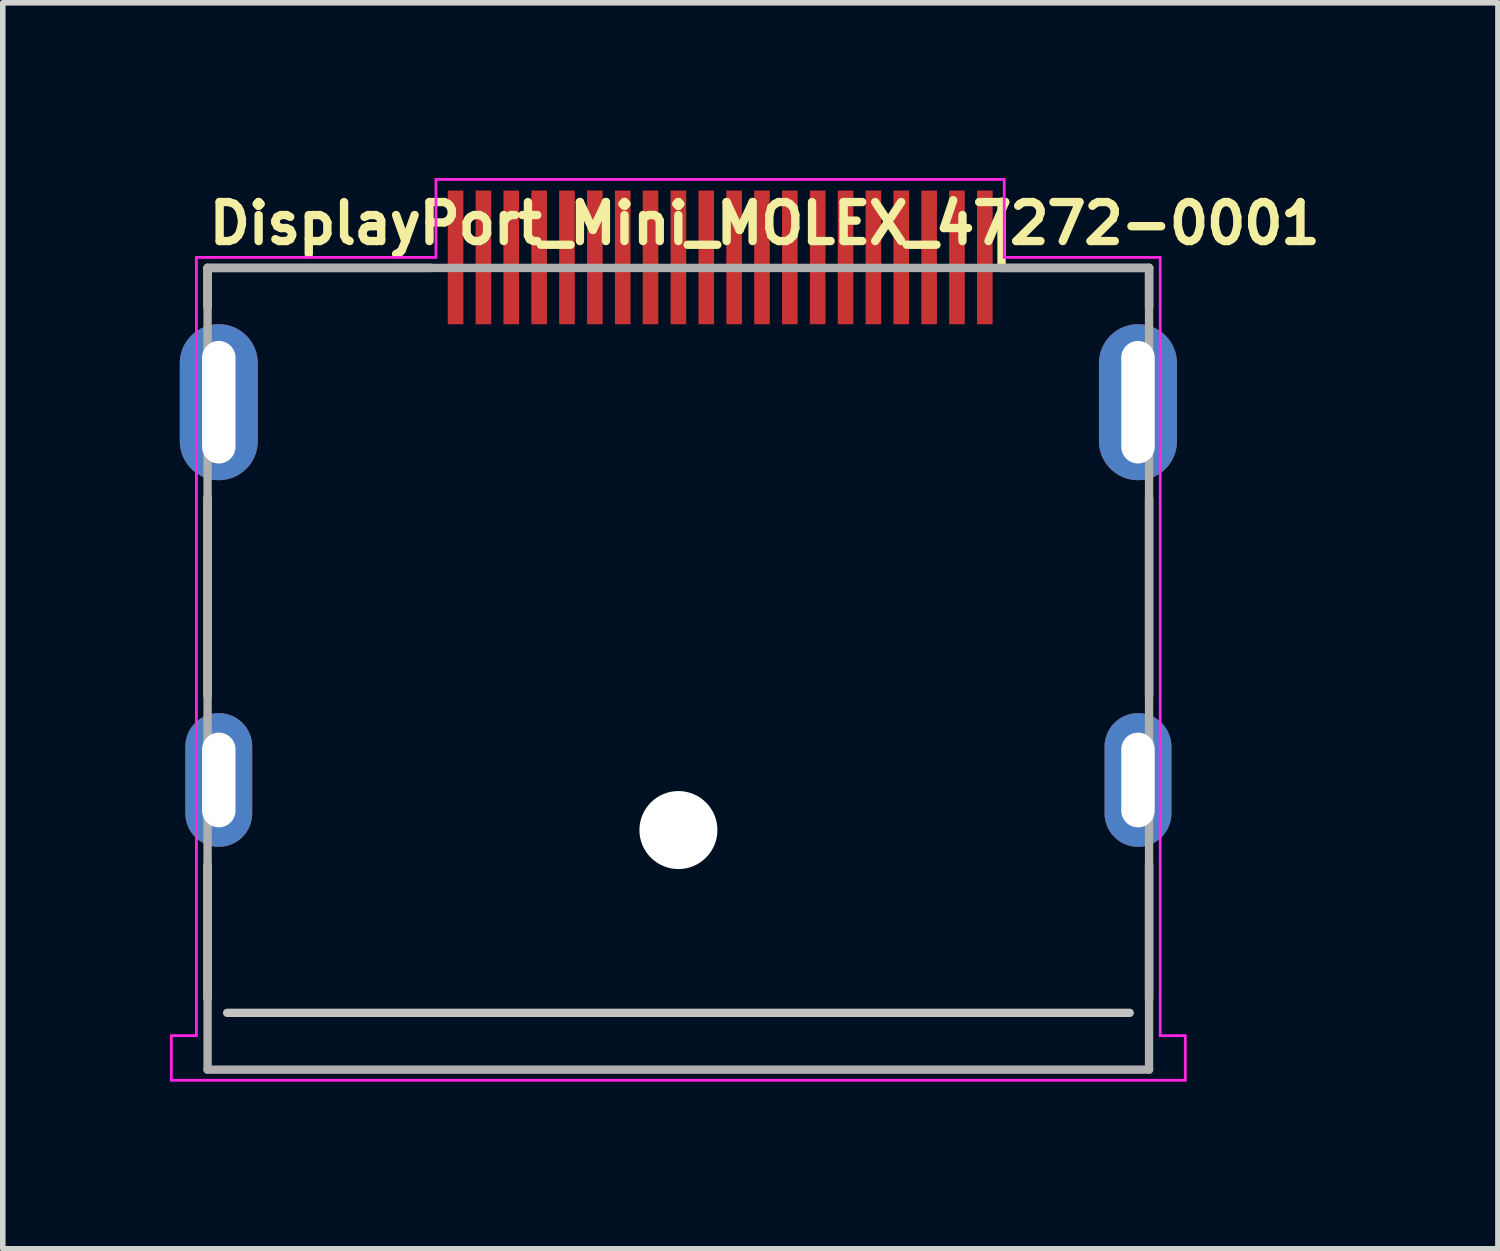
<source format=kicad_pcb>
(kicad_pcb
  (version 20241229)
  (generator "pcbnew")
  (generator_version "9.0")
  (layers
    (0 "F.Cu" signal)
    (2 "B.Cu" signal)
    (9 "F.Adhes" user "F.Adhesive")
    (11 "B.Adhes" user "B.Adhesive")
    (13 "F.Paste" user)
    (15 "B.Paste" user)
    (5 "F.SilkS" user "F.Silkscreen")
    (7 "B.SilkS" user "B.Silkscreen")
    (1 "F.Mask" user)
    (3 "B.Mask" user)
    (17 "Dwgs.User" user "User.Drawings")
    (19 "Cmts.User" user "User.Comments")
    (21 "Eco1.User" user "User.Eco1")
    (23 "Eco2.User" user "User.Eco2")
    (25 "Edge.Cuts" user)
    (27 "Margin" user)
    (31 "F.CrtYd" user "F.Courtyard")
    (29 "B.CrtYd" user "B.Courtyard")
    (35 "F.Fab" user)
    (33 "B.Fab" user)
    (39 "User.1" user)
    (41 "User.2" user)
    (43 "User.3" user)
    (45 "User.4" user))
  (footprint "DisplayPort_Mini_MOLEX_47272-0001"
    (layer "F.Cu")
    (at 9.125 7.94)
    (property "Reference" "DisplayPort_Mini_MOLEX_47272-0001" (at -8.498 -6.57 0) (layer "F.SilkS") (effects (font (size 0.7 0.7) (thickness 0.15)) (justify left bottom)))
    (attr smd)
    (fp_line (start -8.449 -6.181) (end -8.449 -5.481) (stroke (width 0.15) (type solid)) (layer "F.SilkS"))
    (fp_line (start -8.449 -2.05) (end -8.449 1.498) (stroke (width 0.15) (type solid)) (layer "F.SilkS"))
    (fp_line (start -8.449 4.53) (end -8.449 6.93) (stroke (width 0.15) (type solid)) (layer "F.SilkS"))
    (fp_line (start -4.449 -6.181) (end -8.449 -6.181) (stroke (width 0.15) (type solid)) (layer "F.SilkS"))
    (fp_line (start 5.802 -7.37) (end 5.802 -6.181) (stroke (width 0.15) (type solid)) (layer "F.SilkS"))
    (fp_line (start 8.45 -6.181) (end 5.802 -6.181) (stroke (width 0.15) (type solid)) (layer "F.SilkS"))
    (fp_line (start 8.45 -6.181) (end 8.45 -5.481) (stroke (width 0.15) (type solid)) (layer "F.SilkS"))
    (fp_line (start 8.45 -2.05) (end 8.45 1.498) (stroke (width 0.15) (type solid)) (layer "F.SilkS"))
    (fp_line (start 8.45 4.53) (end 8.45 6.93) (stroke (width 0.15) (type solid)) (layer "F.SilkS"))
    (fp_line (start 8.102 7.19) (end -8.098 7.19) (stroke (width 0.15) (type solid)) (layer "Dwgs.User"))
    (fp_line (start -9.1 7.6) (end -9.1 8.4) (stroke (width 0.05) (type solid)) (layer "F.CrtYd"))
    (fp_line (start -9.1 8.4) (end 9.1 8.4) (stroke (width 0.05) (type solid)) (layer "F.CrtYd"))
    (fp_line (start -8.65 -6.37) (end -8.65 7.6) (stroke (width 0.05) (type solid)) (layer "F.CrtYd"))
    (fp_line (start -8.65 7.6) (end -9.1 7.6) (stroke (width 0.05) (type solid)) (layer "F.CrtYd"))
    (fp_line (start -4.35 -7.77) (end -4.35 -6.37) (stroke (width 0.05) (type solid)) (layer "F.CrtYd"))
    (fp_line (start -4.35 -6.37) (end -8.65 -6.37) (stroke (width 0.05) (type solid)) (layer "F.CrtYd"))
    (fp_line (start 5.85 -7.77) (end -4.35 -7.77) (stroke (width 0.05) (type solid)) (layer "F.CrtYd"))
    (fp_line (start 5.85 -6.37) (end 5.85 -7.77) (stroke (width 0.05) (type solid)) (layer "F.CrtYd"))
    (fp_line (start 8.65 -6.37) (end 5.85 -6.37) (stroke (width 0.05) (type solid)) (layer "F.CrtYd"))
    (fp_line (start 8.65 7.6) (end 8.65 -6.37) (stroke (width 0.05) (type solid)) (layer "F.CrtYd"))
    (fp_line (start 9.1 7.6) (end 8.65 7.6) (stroke (width 0.05) (type solid)) (layer "F.CrtYd"))
    (fp_line (start 9.1 8.4) (end 9.1 7.6) (stroke (width 0.05) (type solid)) (layer "F.CrtYd"))
    (fp_line (start -8.449 -6.181) (end 8.45 -6.181) (stroke (width 0.15) (type solid)) (layer "F.Fab"))
    (fp_line (start -8.449 8.209) (end -8.449 -6.181) (stroke (width 0.15) (type solid)) (layer "F.Fab"))
    (fp_line (start 8.45 -6.181) (end 8.45 8.209) (stroke (width 0.15) (type solid)) (layer "F.Fab"))
    (fp_line (start 8.45 8.209) (end -8.449 8.209) (stroke (width 0.15) (type solid)) (layer "F.Fab"))
    (fp_rect (start -8.893 -7.89) (end 8.892 7.889) (stroke (width 0.1) (type solid)) (fill no) (layer "User.5"))
    (fp_line (start -8.893 7.809) (end -8.893 8.209) (stroke (width 0.02) (type solid)) (layer "User.9"))
    (fp_line (start -8.893 7.809) (end -8.812 7.809) (stroke (width 0.02) (type solid)) (layer "User.9"))
    (fp_line (start -8.812 7.809) (end -8.812 7.809) (stroke (width 0.02) (type solid)) (layer "User.9"))
    (fp_line (start -8.812 7.809) (end -8.613 7.809) (stroke (width 0.02) (type solid)) (layer "User.9"))
    (fp_line (start -8.812 8.209) (end -8.893 8.209) (stroke (width 0.02) (type solid)) (layer "User.9"))
    (fp_line (start -8.812 8.209) (end -8.812 8.209) (stroke (width 0.02) (type solid)) (layer "User.9"))
    (fp_line (start -8.613 8.209) (end -8.812 8.209) (stroke (width 0.02) (type solid)) (layer "User.9"))
    (fp_line (start -8.613 8.209) (end -8.549 8.209) (stroke (width 0.02) (type solid)) (layer "User.9"))
    (fp_line (start -8.549 -4.587) (end -8.549 -4.571) (stroke (width 0.02) (type solid)) (layer "User.9"))
    (fp_line (start -8.549 -4.571) (end -8.549 -2.97) (stroke (width 0.02) (type solid)) (layer "User.9"))
    (fp_line (start -8.549 -2.97) (end -8.549 -2.955) (stroke (width 0.02) (type solid)) (layer "User.9"))
    (fp_line (start -8.549 -2.955) (end -8.547 -2.939) (stroke (width 0.02) (type solid)) (layer "User.9"))
    (fp_line (start -8.549 2.443) (end -8.549 2.459) (stroke (width 0.02) (type solid)) (layer "User.9"))
    (fp_line (start -8.549 2.459) (end -8.549 3.558) (stroke (width 0.02) (type solid)) (layer "User.9"))
    (fp_line (start -8.549 3.558) (end -8.549 3.574) (stroke (width 0.02) (type solid)) (layer "User.9"))
    (fp_line (start -8.549 3.574) (end -8.547 3.59) (stroke (width 0.02) (type solid)) (layer "User.9"))
    (fp_line (start -8.549 7.809) (end -8.613 7.809) (stroke (width 0.02) (type solid)) (layer "User.9"))
    (fp_line (start -8.549 8.209) (end -8.524 8.209) (stroke (width 0.02) (type solid)) (layer "User.9"))
    (fp_line (start -8.547 -4.603) (end -8.549 -4.587) (stroke (width 0.02) (type solid)) (layer "User.9"))
    (fp_line (start -8.547 -2.939) (end -8.546 -2.923) (stroke (width 0.02) (type solid)) (layer "User.9"))
    (fp_line (start -8.547 2.427) (end -8.549 2.443) (stroke (width 0.02) (type solid)) (layer "User.9"))
    (fp_line (start -8.547 3.59) (end -8.546 3.606) (stroke (width 0.02) (type solid)) (layer "User.9"))
    (fp_line (start -8.546 -4.619) (end -8.547 -4.603) (stroke (width 0.02) (type solid)) (layer "User.9"))
    (fp_line (start -8.546 -2.923) (end -8.543 -2.909) (stroke (width 0.02) (type solid)) (layer "User.9"))
    (fp_line (start -8.546 2.411) (end -8.547 2.427) (stroke (width 0.02) (type solid)) (layer "User.9"))
    (fp_line (start -8.546 3.606) (end -8.543 3.622) (stroke (width 0.02) (type solid)) (layer "User.9"))
    (fp_line (start -8.545 7.808) (end -8.549 7.809) (stroke (width 0.02) (type solid)) (layer "User.9"))
    (fp_line (start -8.543 -4.633) (end -8.546 -4.619) (stroke (width 0.02) (type solid)) (layer "User.9"))
    (fp_line (start -8.543 -2.909) (end -8.539 -2.893) (stroke (width 0.02) (type solid)) (layer "User.9"))
    (fp_line (start -8.543 2.397) (end -8.546 2.411) (stroke (width 0.02) (type solid)) (layer "User.9"))
    (fp_line (start -8.543 3.622) (end -8.539 3.638) (stroke (width 0.02) (type solid)) (layer "User.9"))
    (fp_line (start -8.54 7.808) (end -8.545 7.808) (stroke (width 0.02) (type solid)) (layer "User.9"))
    (fp_line (start -8.539 -4.65) (end -8.543 -4.633) (stroke (width 0.02) (type solid)) (layer "User.9"))
    (fp_line (start -8.539 -2.893) (end -8.534 -2.878) (stroke (width 0.02) (type solid)) (layer "User.9"))
    (fp_line (start -8.539 2.381) (end -8.543 2.397) (stroke (width 0.02) (type solid)) (layer "User.9"))
    (fp_line (start -8.539 3.638) (end -8.534 3.652) (stroke (width 0.02) (type solid)) (layer "User.9"))
    (fp_line (start -8.534 -4.664) (end -8.539 -4.65) (stroke (width 0.02) (type solid)) (layer "User.9"))
    (fp_line (start -8.534 -2.878) (end -8.529 -2.862) (stroke (width 0.02) (type solid)) (layer "User.9"))
    (fp_line (start -8.534 2.366) (end -8.539 2.381) (stroke (width 0.02) (type solid)) (layer "User.9"))
    (fp_line (start -8.534 3.652) (end -8.529 3.667) (stroke (width 0.02) (type solid)) (layer "User.9"))
    (fp_line (start -8.534 7.808) (end -8.54 7.808) (stroke (width 0.02) (type solid)) (layer "User.9"))
    (fp_line (start -8.53 7.808) (end -8.534 7.808) (stroke (width 0.02) (type solid)) (layer "User.9"))
    (fp_line (start -8.529 -4.68) (end -8.534 -4.664) (stroke (width 0.02) (type solid)) (layer "User.9"))
    (fp_line (start -8.529 -2.862) (end -8.523 -2.849) (stroke (width 0.02) (type solid)) (layer "User.9"))
    (fp_line (start -8.529 2.35) (end -8.534 2.366) (stroke (width 0.02) (type solid)) (layer "User.9"))
    (fp_line (start -8.529 3.667) (end -8.523 3.681) (stroke (width 0.02) (type solid)) (layer "User.9"))
    (fp_line (start -8.524 7.805) (end -8.53 7.808) (stroke (width 0.02) (type solid)) (layer "User.9"))
    (fp_line (start -8.524 8.209) (end -8.499 8.206) (stroke (width 0.02) (type solid)) (layer "User.9"))
    (fp_line (start -8.523 -4.694) (end -8.529 -4.68) (stroke (width 0.02) (type solid)) (layer "User.9"))
    (fp_line (start -8.523 -2.849) (end -8.517 -2.834) (stroke (width 0.02) (type solid)) (layer "User.9"))
    (fp_line (start -8.523 2.337) (end -8.529 2.35) (stroke (width 0.02) (type solid)) (layer "User.9"))
    (fp_line (start -8.523 3.681) (end -8.517 3.696) (stroke (width 0.02) (type solid)) (layer "User.9"))
    (fp_line (start -8.52 7.805) (end -8.524 7.805) (stroke (width 0.02) (type solid)) (layer "User.9"))
    (fp_line (start -8.517 -4.708) (end -8.523 -4.694) (stroke (width 0.02) (type solid)) (layer "User.9"))
    (fp_line (start -8.517 -2.834) (end -8.508 -2.821) (stroke (width 0.02) (type solid)) (layer "User.9"))
    (fp_line (start -8.517 2.322) (end -8.523 2.337) (stroke (width 0.02) (type solid)) (layer "User.9"))
    (fp_line (start -8.517 3.696) (end -8.508 3.709) (stroke (width 0.02) (type solid)) (layer "User.9"))
    (fp_line (start -8.515 7.804) (end -8.52 7.805) (stroke (width 0.02) (type solid)) (layer "User.9"))
    (fp_line (start -8.511 7.802) (end -8.515 7.804) (stroke (width 0.02) (type solid)) (layer "User.9"))
    (fp_line (start -8.508 -4.722) (end -8.517 -4.708) (stroke (width 0.02) (type solid)) (layer "User.9"))
    (fp_line (start -8.508 -2.821) (end -8.501 -2.808) (stroke (width 0.02) (type solid)) (layer "User.9"))
    (fp_line (start -8.508 2.308) (end -8.517 2.322) (stroke (width 0.02) (type solid)) (layer "User.9"))
    (fp_line (start -8.508 3.709) (end -8.501 3.722) (stroke (width 0.02) (type solid)) (layer "User.9"))
    (fp_line (start -8.507 7.799) (end -8.511 7.802) (stroke (width 0.02) (type solid)) (layer "User.9"))
    (fp_line (start -8.501 -4.734) (end -8.508 -4.722) (stroke (width 0.02) (type solid)) (layer "User.9"))
    (fp_line (start -8.501 -2.808) (end -8.492 -2.794) (stroke (width 0.02) (type solid)) (layer "User.9"))
    (fp_line (start -8.501 2.295) (end -8.508 2.308) (stroke (width 0.02) (type solid)) (layer "User.9"))
    (fp_line (start -8.501 3.722) (end -8.492 3.735) (stroke (width 0.02) (type solid)) (layer "User.9"))
    (fp_line (start -8.501 7.798) (end -8.507 7.799) (stroke (width 0.02) (type solid)) (layer "User.9"))
    (fp_line (start -8.499 8.206) (end -8.476 8.203) (stroke (width 0.02) (type solid)) (layer "User.9"))
    (fp_line (start -8.498 7.795) (end -8.501 7.798) (stroke (width 0.02) (type solid)) (layer "User.9"))
    (fp_line (start -8.494 7.792) (end -8.498 7.795) (stroke (width 0.02) (type solid)) (layer "User.9"))
    (fp_line (start -8.492 -4.748) (end -8.501 -4.734) (stroke (width 0.02) (type solid)) (layer "User.9"))
    (fp_line (start -8.492 -2.794) (end -8.482 -2.781) (stroke (width 0.02) (type solid)) (layer "User.9"))
    (fp_line (start -8.492 2.283) (end -8.501 2.295) (stroke (width 0.02) (type solid)) (layer "User.9"))
    (fp_line (start -8.492 3.735) (end -8.482 3.748) (stroke (width 0.02) (type solid)) (layer "User.9"))
    (fp_line (start -8.489 7.789) (end -8.494 7.792) (stroke (width 0.02) (type solid)) (layer "User.9"))
    (fp_line (start -8.485 7.786) (end -8.489 7.789) (stroke (width 0.02) (type solid)) (layer "User.9"))
    (fp_line (start -8.482 -4.76) (end -8.492 -4.748) (stroke (width 0.02) (type solid)) (layer "User.9"))
    (fp_line (start -8.482 -2.781) (end -8.472 -2.769) (stroke (width 0.02) (type solid)) (layer "User.9"))
    (fp_line (start -8.482 2.27) (end -8.492 2.283) (stroke (width 0.02) (type solid)) (layer "User.9"))
    (fp_line (start -8.482 3.748) (end -8.472 3.76) (stroke (width 0.02) (type solid)) (layer "User.9"))
    (fp_line (start -8.482 7.783) (end -8.485 7.786) (stroke (width 0.02) (type solid)) (layer "User.9"))
    (fp_line (start -8.479 7.779) (end -8.482 7.783) (stroke (width 0.02) (type solid)) (layer "User.9"))
    (fp_line (start -8.479 7.779) (end -8.479 7.779) (stroke (width 0.02) (type solid)) (layer "User.9"))
    (fp_line (start -8.476 8.203) (end -8.45 8.199) (stroke (width 0.02) (type solid)) (layer "User.9"))
    (fp_line (start -8.475 7.776) (end -8.479 7.779) (stroke (width 0.02) (type solid)) (layer "User.9"))
    (fp_line (start -8.472 -4.773) (end -8.482 -4.76) (stroke (width 0.02) (type solid)) (layer "User.9"))
    (fp_line (start -8.472 -2.769) (end -8.46 -2.758) (stroke (width 0.02) (type solid)) (layer "User.9"))
    (fp_line (start -8.472 2.257) (end -8.482 2.27) (stroke (width 0.02) (type solid)) (layer "User.9"))
    (fp_line (start -8.472 3.76) (end -8.46 3.772) (stroke (width 0.02) (type solid)) (layer "User.9"))
    (fp_line (start -8.472 7.773) (end -8.475 7.776) (stroke (width 0.02) (type solid)) (layer "User.9"))
    (fp_line (start -8.469 7.769) (end -8.472 7.773) (stroke (width 0.02) (type solid)) (layer "User.9"))
    (fp_line (start -8.466 7.764) (end -8.469 7.769) (stroke (width 0.02) (type solid)) (layer "User.9"))
    (fp_line (start -8.463 7.76) (end -8.466 7.764) (stroke (width 0.02) (type solid)) (layer "User.9"))
    (fp_line (start -8.46 -4.783) (end -8.472 -4.773) (stroke (width 0.02) (type solid)) (layer "User.9"))
    (fp_line (start -8.46 -2.758) (end -8.45 -2.748) (stroke (width 0.02) (type solid)) (layer "User.9"))
    (fp_line (start -8.46 2.247) (end -8.472 2.257) (stroke (width 0.02) (type solid)) (layer "User.9"))
    (fp_line (start -8.46 3.772) (end -8.449 3.782) (stroke (width 0.02) (type solid)) (layer "User.9"))
    (fp_line (start -8.46 7.757) (end -8.463 7.76) (stroke (width 0.02) (type solid)) (layer "User.9"))
    (fp_line (start -8.459 7.751) (end -8.46 7.757) (stroke (width 0.02) (type solid)) (layer "User.9"))
    (fp_line (start -8.456 7.747) (end -8.459 7.751) (stroke (width 0.02) (type solid)) (layer "User.9"))
    (fp_line (start -8.454 7.743) (end -8.456 7.747) (stroke (width 0.02) (type solid)) (layer "User.9"))
    (fp_line (start -8.453 7.734) (end -8.453 7.738) (stroke (width 0.02) (type solid)) (layer "User.9"))
    (fp_line (start -8.453 7.738) (end -8.454 7.743) (stroke (width 0.02) (type solid)) (layer "User.9"))
    (fp_line (start -8.45 7.714) (end -8.45 7.718) (stroke (width 0.02) (type solid)) (layer "User.9"))
    (fp_line (start -8.45 7.718) (end -8.45 7.724) (stroke (width 0.02) (type solid)) (layer "User.9"))
    (fp_line (start -8.45 7.724) (end -8.45 7.728) (stroke (width 0.02) (type solid)) (layer "User.9"))
    (fp_line (start -8.45 7.728) (end -8.453 7.734) (stroke (width 0.02) (type solid)) (layer "User.9"))
    (fp_line (start -8.45 8.199) (end -8.427 8.193) (stroke (width 0.02) (type solid)) (layer "User.9"))
    (fp_line (start -8.449 -5.881) (end -8.449 -5.98) (stroke (width 0.02) (type solid)) (layer "User.9"))
    (fp_line (start -8.449 -5.881) (end -8.449 -4.98) (stroke (width 0.02) (type solid)) (layer "User.9"))
    (fp_line (start -8.449 -5.509) (end -8.449 -5.495) (stroke (width 0.02) (type solid)) (layer "User.9"))
    (fp_line (start -8.449 -5.495) (end -8.449 -5.48) (stroke (width 0.02) (type solid)) (layer "User.9"))
    (fp_line (start -8.449 -4.795) (end -8.46 -4.783) (stroke (width 0.02) (type solid)) (layer "User.9"))
    (fp_line (start -8.449 -4.68) (end -8.449 -5.48) (stroke (width 0.02) (type solid)) (layer "User.9"))
    (fp_line (start -8.449 -4.68) (end -8.449 7.51) (stroke (width 0.02) (type solid)) (layer "User.9"))
    (fp_line (start -8.449 2.235) (end -8.46 2.247) (stroke (width 0.02) (type solid)) (layer "User.9"))
    (fp_line (start -8.449 7.51) (end -8.449 7.709) (stroke (width 0.02) (type solid)) (layer "User.9"))
    (fp_line (start -8.449 7.709) (end -8.45 7.714) (stroke (width 0.02) (type solid)) (layer "User.9"))
    (fp_line (start -8.447 -5.523) (end -8.449 -5.509) (stroke (width 0.02) (type solid)) (layer "User.9"))
    (fp_line (start -8.446 -5.537) (end -8.447 -5.523) (stroke (width 0.02) (type solid)) (layer "User.9"))
    (fp_line (start -8.444 -5.552) (end -8.446 -5.537) (stroke (width 0.02) (type solid)) (layer "User.9"))
    (fp_line (start -8.444 -4.68) (end -8.449 -4.68) (stroke (width 0.02) (type solid)) (layer "User.9"))
    (fp_line (start -8.444 -4.68) (end -8.444 -4.68) (stroke (width 0.02) (type solid)) (layer "User.9"))
    (fp_line (start -8.444 7.51) (end -8.449 7.51) (stroke (width 0.02) (type solid)) (layer "User.9"))
    (fp_line (start -8.444 7.51) (end -8.444 7.51) (stroke (width 0.02) (type solid)) (layer "User.9"))
    (fp_line (start -8.441 -5.566) (end -8.444 -5.552) (stroke (width 0.02) (type solid)) (layer "User.9"))
    (fp_line (start -8.44 -5.579) (end -8.441 -5.566) (stroke (width 0.02) (type solid)) (layer "User.9"))
    (fp_line (start -8.437 -5.592) (end -8.44 -5.579) (stroke (width 0.02) (type solid)) (layer "User.9"))
    (fp_line (start -8.433 -5.607) (end -8.437 -5.592) (stroke (width 0.02) (type solid)) (layer "User.9"))
    (fp_line (start -8.431 -4.68) (end -8.444 -4.68) (stroke (width 0.02) (type solid)) (layer "User.9"))
    (fp_line (start -8.431 -4.68) (end -8.431 -4.68) (stroke (width 0.02) (type solid)) (layer "User.9"))
    (fp_line (start -8.431 7.51) (end -8.444 7.51) (stroke (width 0.02) (type solid)) (layer "User.9"))
    (fp_line (start -8.431 7.51) (end -8.431 7.51) (stroke (width 0.02) (type solid)) (layer "User.9"))
    (fp_line (start -8.43 -5.621) (end -8.433 -5.607) (stroke (width 0.02) (type solid)) (layer "User.9"))
    (fp_line (start -8.427 8.193) (end -8.404 8.187) (stroke (width 0.02) (type solid)) (layer "User.9"))
    (fp_line (start -8.425 -5.634) (end -8.43 -5.621) (stroke (width 0.02) (type solid)) (layer "User.9"))
    (fp_line (start -8.421 -5.646) (end -8.425 -5.634) (stroke (width 0.02) (type solid)) (layer "User.9"))
    (fp_line (start -8.415 -5.66) (end -8.421 -5.646) (stroke (width 0.02) (type solid)) (layer "User.9"))
    (fp_line (start -8.411 -5.674) (end -8.415 -5.66) (stroke (width 0.02) (type solid)) (layer "User.9"))
    (fp_line (start -8.409 -4.68) (end -8.431 -4.68) (stroke (width 0.02) (type solid)) (layer "User.9"))
    (fp_line (start -8.409 -4.68) (end -8.409 -4.68) (stroke (width 0.02) (type solid)) (layer "User.9"))
    (fp_line (start -8.409 7.51) (end -8.431 7.51) (stroke (width 0.02) (type solid)) (layer "User.9"))
    (fp_line (start -8.409 7.51) (end -8.409 7.51) (stroke (width 0.02) (type solid)) (layer "User.9"))
    (fp_line (start -8.405 -5.687) (end -8.411 -5.674) (stroke (width 0.02) (type solid)) (layer "User.9"))
    (fp_line (start -8.404 8.187) (end -8.38 8.18) (stroke (width 0.02) (type solid)) (layer "User.9"))
    (fp_line (start -8.399 -6.181) (end -8.399 -4.68) (stroke (width 0.02) (type solid)) (layer "User.9"))
    (fp_line (start -8.399 -6.181) (end -7.399 -6.181) (stroke (width 0.02) (type solid)) (layer "User.9"))
    (fp_line (start -8.399 -5.98) (end -8.449 -5.98) (stroke (width 0.02) (type solid)) (layer "User.9"))
    (fp_line (start -8.399 -5.699) (end -8.405 -5.687) (stroke (width 0.02) (type solid)) (layer "User.9"))
    (fp_line (start -8.38 8.18) (end -8.357 8.17) (stroke (width 0.02) (type solid)) (layer "User.9"))
    (fp_line (start -8.379 -4.68) (end -8.409 -4.68) (stroke (width 0.02) (type solid)) (layer "User.9"))
    (fp_line (start -8.379 -4.68) (end -8.379 -4.68) (stroke (width 0.02) (type solid)) (layer "User.9"))
    (fp_line (start -8.379 7.51) (end -8.409 7.51) (stroke (width 0.02) (type solid)) (layer "User.9"))
    (fp_line (start -8.379 7.51) (end -8.379 7.51) (stroke (width 0.02) (type solid)) (layer "User.9"))
    (fp_line (start -8.357 8.17) (end -8.335 8.161) (stroke (width 0.02) (type solid)) (layer "User.9"))
    (fp_line (start -8.335 8.161) (end -8.313 8.151) (stroke (width 0.02) (type solid)) (layer "User.9"))
    (fp_line (start -8.313 8.151) (end -8.293 8.138) (stroke (width 0.02) (type solid)) (layer "User.9"))
    (fp_line (start -8.296 -4.68) (end -8.379 -4.68) (stroke (width 0.02) (type solid)) (layer "User.9"))
    (fp_line (start -8.296 -4.68) (end -8.296 -4.68) (stroke (width 0.02) (type solid)) (layer "User.9"))
    (fp_line (start -8.296 7.51) (end -8.379 7.51) (stroke (width 0.02) (type solid)) (layer "User.9"))
    (fp_line (start -8.296 7.51) (end -8.296 7.51) (stroke (width 0.02) (type solid)) (layer "User.9"))
    (fp_line (start -8.293 8.138) (end -8.271 8.125) (stroke (width 0.02) (type solid)) (layer "User.9"))
    (fp_line (start -8.271 8.125) (end -8.251 8.11) (stroke (width 0.02) (type solid)) (layer "User.9"))
    (fp_line (start -8.251 8.11) (end -8.232 8.096) (stroke (width 0.02) (type solid)) (layer "User.9"))
    (fp_line (start -8.244 -4.68) (end -8.296 -4.68) (stroke (width 0.02) (type solid)) (layer "User.9"))
    (fp_line (start -8.244 -4.68) (end -8.244 -4.68) (stroke (width 0.02) (type solid)) (layer "User.9"))
    (fp_line (start -8.244 7.51) (end -8.296 7.51) (stroke (width 0.02) (type solid)) (layer "User.9"))
    (fp_line (start -8.244 7.51) (end -8.244 7.51) (stroke (width 0.02) (type solid)) (layer "User.9"))
    (fp_line (start -8.232 8.096) (end -8.213 8.08) (stroke (width 0.02) (type solid)) (layer "User.9"))
    (fp_line (start -8.213 8.08) (end -8.196 8.062) (stroke (width 0.02) (type solid)) (layer "User.9"))
    (fp_line (start -8.196 8.062) (end -8.196 8.062) (stroke (width 0.02) (type solid)) (layer "User.9"))
    (fp_line (start -8.196 8.062) (end -8.178 8.045) (stroke (width 0.02) (type solid)) (layer "User.9"))
    (fp_line (start -8.178 8.045) (end -8.162 8.026) (stroke (width 0.02) (type solid)) (layer "User.9"))
    (fp_line (start -8.162 8.026) (end -8.148 8.007) (stroke (width 0.02) (type solid)) (layer "User.9"))
    (fp_line (start -8.148 8.007) (end -8.133 7.987) (stroke (width 0.02) (type solid)) (layer "User.9"))
    (fp_line (start -8.133 7.987) (end -8.12 7.965) (stroke (width 0.02) (type solid)) (layer "User.9"))
    (fp_line (start -8.12 7.965) (end -8.107 7.945) (stroke (width 0.02) (type solid)) (layer "User.9"))
    (fp_line (start -8.107 7.945) (end -8.097 7.923) (stroke (width 0.02) (type solid)) (layer "User.9"))
    (fp_line (start -8.097 7.923) (end -8.088 7.901) (stroke (width 0.02) (type solid)) (layer "User.9"))
    (fp_line (start -8.088 7.901) (end -8.078 7.878) (stroke (width 0.02) (type solid)) (layer "User.9"))
    (fp_line (start -8.078 7.878) (end -8.071 7.855) (stroke (width 0.02) (type solid)) (layer "User.9"))
    (fp_line (start -8.071 7.855) (end -8.065 7.83) (stroke (width 0.02) (type solid)) (layer "User.9"))
    (fp_line (start -8.065 7.83) (end -8.059 7.808) (stroke (width 0.02) (type solid)) (layer "User.9"))
    (fp_line (start -8.059 7.808) (end -8.055 7.782) (stroke (width 0.02) (type solid)) (layer "User.9"))
    (fp_line (start -8.055 7.782) (end -8.052 7.759) (stroke (width 0.02) (type solid)) (layer "User.9"))
    (fp_line (start -8.052 7.759) (end -8.049 7.734) (stroke (width 0.02) (type solid)) (layer "User.9"))
    (fp_line (start -8.049 7.709) (end -8.049 7.51) (stroke (width 0.02) (type solid)) (layer "User.9"))
    (fp_line (start -8.049 7.734) (end -8.049 7.709) (stroke (width 0.02) (type solid)) (layer "User.9"))
    (fp_line (start -7.748 -4.68) (end -8.244 -4.68) (stroke (width 0.02) (type solid)) (layer "User.9"))
    (fp_line (start -7.748 7.51) (end -8.244 7.51) (stroke (width 0.02) (type solid)) (layer "User.9"))
    (fp_line (start -7.399 -6.181) (end -7.399 -4.68) (stroke (width 0.02) (type solid)) (layer "User.9"))
    (fp_line (start -7.399 -6.181) (end -6.998 -6.181) (stroke (width 0.02) (type solid)) (layer "User.9"))
    (fp_line (start -6.998 -6.181) (end -6.998 -4.68) (stroke (width 0.02) (type solid)) (layer "User.9"))
    (fp_line (start -6.998 -6.181) (end -6.449 -6.181) (stroke (width 0.02) (type solid)) (layer "User.9"))
    (fp_line (start -6.649 7.51) (end -7.748 7.51) (stroke (width 0.02) (type solid)) (layer "User.9"))
    (fp_line (start -6.649 7.51) (end -6.649 7.709) (stroke (width 0.02) (type solid)) (layer "User.9"))
    (fp_line (start -6.649 7.709) (end -6.649 7.809) (stroke (width 0.02) (type solid)) (layer "User.9"))
    (fp_line (start -6.649 7.809) (end -6.562 7.809) (stroke (width 0.02) (type solid)) (layer "User.9"))
    (fp_line (start -6.649 8.209) (end -6.649 7.809) (stroke (width 0.02) (type solid)) (layer "User.9"))
    (fp_line (start -6.562 7.809) (end -6.562 7.809) (stroke (width 0.02) (type solid)) (layer "User.9"))
    (fp_line (start -6.562 7.809) (end -6.348 7.809) (stroke (width 0.02) (type solid)) (layer "User.9"))
    (fp_line (start -6.562 8.209) (end -6.649 8.209) (stroke (width 0.02) (type solid)) (layer "User.9"))
    (fp_line (start -6.562 8.209) (end -6.562 8.209) (stroke (width 0.02) (type solid)) (layer "User.9"))
    (fp_line (start -6.449 -6.181) (end -6.449 -5.77) (stroke (width 0.02) (type solid)) (layer "User.9"))
    (fp_line (start -6.449 -5.77) (end 6.452 -5.77) (stroke (width 0.02) (type solid)) (layer "User.9"))
    (fp_line (start -6.399 1.279) (end -6.399 1.284) (stroke (width 0.02) (type solid)) (layer "User.9"))
    (fp_line (start -6.399 1.284) (end -6.399 1.289) (stroke (width 0.02) (type solid)) (layer "User.9"))
    (fp_line (start -6.399 1.289) (end -6.399 3.59) (stroke (width 0.02) (type solid)) (layer "User.9"))
    (fp_line (start -6.399 2.109) (end -6.284 2.109) (stroke (width 0.02) (type solid)) (layer "User.9"))
    (fp_line (start -6.399 3.59) (end -6.399 3.593) (stroke (width 0.02) (type solid)) (layer "User.9"))
    (fp_line (start -6.399 3.593) (end -6.399 3.599) (stroke (width 0.02) (type solid)) (layer "User.9"))
    (fp_line (start -6.399 3.599) (end -6.398 3.603) (stroke (width 0.02) (type solid)) (layer "User.9"))
    (fp_line (start -6.398 1.27) (end -6.398 1.275) (stroke (width 0.02) (type solid)) (layer "User.9"))
    (fp_line (start -6.398 1.275) (end -6.399 1.279) (stroke (width 0.02) (type solid)) (layer "User.9"))
    (fp_line (start -6.398 3.603) (end -6.398 3.609) (stroke (width 0.02) (type solid)) (layer "User.9"))
    (fp_line (start -6.398 3.609) (end -6.395 3.613) (stroke (width 0.02) (type solid)) (layer "User.9"))
    (fp_line (start -6.395 1.26) (end -6.395 1.265) (stroke (width 0.02) (type solid)) (layer "User.9"))
    (fp_line (start -6.395 1.265) (end -6.398 1.27) (stroke (width 0.02) (type solid)) (layer "User.9"))
    (fp_line (start -6.395 3.613) (end -6.395 3.619) (stroke (width 0.02) (type solid)) (layer "User.9"))
    (fp_line (start -6.395 3.619) (end -6.393 3.622) (stroke (width 0.02) (type solid)) (layer "User.9"))
    (fp_line (start -6.393 1.255) (end -6.395 1.26) (stroke (width 0.02) (type solid)) (layer "User.9"))
    (fp_line (start -6.393 3.622) (end -6.392 3.628) (stroke (width 0.02) (type solid)) (layer "User.9"))
    (fp_line (start -6.392 1.251) (end -6.393 1.255) (stroke (width 0.02) (type solid)) (layer "User.9"))
    (fp_line (start -6.392 3.628) (end -6.389 3.632) (stroke (width 0.02) (type solid)) (layer "User.9"))
    (fp_line (start -6.389 1.246) (end -6.392 1.251) (stroke (width 0.02) (type solid)) (layer "User.9"))
    (fp_line (start -6.389 3.632) (end -6.388 3.636) (stroke (width 0.02) (type solid)) (layer "User.9"))
    (fp_line (start -6.388 1.241) (end -6.389 1.246) (stroke (width 0.02) (type solid)) (layer "User.9"))
    (fp_line (start -6.388 3.636) (end -6.385 3.641) (stroke (width 0.02) (type solid)) (layer "User.9"))
    (fp_line (start -6.385 1.238) (end -6.388 1.241) (stroke (width 0.02) (type solid)) (layer "User.9"))
    (fp_line (start -6.385 3.641) (end -6.383 3.645) (stroke (width 0.02) (type solid)) (layer "User.9"))
    (fp_line (start -6.383 1.233) (end -6.385 1.238) (stroke (width 0.02) (type solid)) (layer "User.9"))
    (fp_line (start -6.383 3.645) (end -6.379 3.648) (stroke (width 0.02) (type solid)) (layer "User.9"))
    (fp_line (start -6.379 1.23) (end -6.383 1.233) (stroke (width 0.02) (type solid)) (layer "User.9"))
    (fp_line (start -6.379 3.648) (end -6.376 3.652) (stroke (width 0.02) (type solid)) (layer "User.9"))
    (fp_line (start -6.376 1.225) (end -6.379 1.23) (stroke (width 0.02) (type solid)) (layer "User.9"))
    (fp_line (start -6.376 3.652) (end -6.373 3.657) (stroke (width 0.02) (type solid)) (layer "User.9"))
    (fp_line (start -6.373 1.222) (end -6.376 1.225) (stroke (width 0.02) (type solid)) (layer "User.9"))
    (fp_line (start -6.373 3.657) (end -6.37 3.66) (stroke (width 0.02) (type solid)) (layer "User.9"))
    (fp_line (start -6.37 1.218) (end -6.373 1.222) (stroke (width 0.02) (type solid)) (layer "User.9"))
    (fp_line (start -6.37 1.218) (end -6.37 1.218) (stroke (width 0.02) (type solid)) (layer "User.9"))
    (fp_line (start -6.37 3.66) (end -6.37 3.66) (stroke (width 0.02) (type solid)) (layer "User.9"))
    (fp_line (start -6.37 3.66) (end -6.367 3.664) (stroke (width 0.02) (type solid)) (layer "User.9"))
    (fp_line (start -6.367 1.215) (end -6.37 1.218) (stroke (width 0.02) (type solid)) (layer "User.9"))
    (fp_line (start -6.367 3.664) (end -6.363 3.667) (stroke (width 0.02) (type solid)) (layer "User.9"))
    (fp_line (start -6.363 1.212) (end -6.367 1.215) (stroke (width 0.02) (type solid)) (layer "User.9"))
    (fp_line (start -6.363 3.667) (end -6.358 3.67) (stroke (width 0.02) (type solid)) (layer "User.9"))
    (fp_line (start -6.358 1.209) (end -6.363 1.212) (stroke (width 0.02) (type solid)) (layer "User.9"))
    (fp_line (start -6.358 3.67) (end -6.354 3.673) (stroke (width 0.02) (type solid)) (layer "User.9"))
    (fp_line (start -6.354 1.206) (end -6.358 1.209) (stroke (width 0.02) (type solid)) (layer "User.9"))
    (fp_line (start -6.354 3.673) (end -6.351 3.674) (stroke (width 0.02) (type solid)) (layer "User.9"))
    (fp_line (start -6.351 1.204) (end -6.354 1.206) (stroke (width 0.02) (type solid)) (layer "User.9"))
    (fp_line (start -6.351 3.674) (end -6.347 3.677) (stroke (width 0.02) (type solid)) (layer "User.9"))
    (fp_line (start -6.348 7.809) (end 7.201 7.809) (stroke (width 0.02) (type solid)) (layer "User.9"))
    (fp_line (start -6.348 8.209) (end -6.562 8.209) (stroke (width 0.02) (type solid)) (layer "User.9"))
    (fp_line (start -6.348 8.209) (end 7.201 8.209) (stroke (width 0.02) (type solid)) (layer "User.9"))
    (fp_line (start -6.347 1.201) (end -6.351 1.204) (stroke (width 0.02) (type solid)) (layer "User.9"))
    (fp_line (start -6.347 3.677) (end -6.341 3.68) (stroke (width 0.02) (type solid)) (layer "User.9"))
    (fp_line (start -6.341 1.199) (end -6.347 1.201) (stroke (width 0.02) (type solid)) (layer "User.9"))
    (fp_line (start -6.341 3.68) (end -6.338 3.681) (stroke (width 0.02) (type solid)) (layer "User.9"))
    (fp_line (start -6.338 1.196) (end -6.341 1.199) (stroke (width 0.02) (type solid)) (layer "User.9"))
    (fp_line (start -6.338 3.681) (end -6.332 3.683) (stroke (width 0.02) (type solid)) (layer "User.9"))
    (fp_line (start -6.332 1.194) (end -6.338 1.196) (stroke (width 0.02) (type solid)) (layer "User.9"))
    (fp_line (start -6.332 3.683) (end -6.328 3.684) (stroke (width 0.02) (type solid)) (layer "User.9"))
    (fp_line (start -6.328 1.193) (end -6.332 1.194) (stroke (width 0.02) (type solid)) (layer "User.9"))
    (fp_line (start -6.328 3.684) (end -6.324 3.686) (stroke (width 0.02) (type solid)) (layer "User.9"))
    (fp_line (start -6.324 1.193) (end -6.328 1.193) (stroke (width 0.02) (type solid)) (layer "User.9"))
    (fp_line (start -6.324 3.686) (end -6.319 3.687) (stroke (width 0.02) (type solid)) (layer "User.9"))
    (fp_line (start -6.319 1.191) (end -6.324 1.193) (stroke (width 0.02) (type solid)) (layer "User.9"))
    (fp_line (start -6.319 3.687) (end -6.313 3.687) (stroke (width 0.02) (type solid)) (layer "User.9"))
    (fp_line (start -6.313 1.191) (end -6.319 1.191) (stroke (width 0.02) (type solid)) (layer "User.9"))
    (fp_line (start -6.313 3.687) (end -6.309 3.689) (stroke (width 0.02) (type solid)) (layer "User.9"))
    (fp_line (start -6.309 1.19) (end -6.313 1.191) (stroke (width 0.02) (type solid)) (layer "User.9"))
    (fp_line (start -6.309 3.689) (end -6.303 3.689) (stroke (width 0.02) (type solid)) (layer "User.9"))
    (fp_line (start -6.303 1.19) (end -6.309 1.19) (stroke (width 0.02) (type solid)) (layer "User.9"))
    (fp_line (start -6.303 3.689) (end -6.299 3.69) (stroke (width 0.02) (type solid)) (layer "User.9"))
    (fp_line (start -6.299 1.19) (end -6.303 1.19) (stroke (width 0.02) (type solid)) (layer "User.9"))
    (fp_line (start -6.299 3.69) (end -5.699 3.69) (stroke (width 0.02) (type solid)) (layer "User.9"))
    (fp_line (start -6.284 2.109) (end -5.598 2.109) (stroke (width 0.02) (type solid)) (layer "User.9"))
    (fp_line (start -5.699 1.19) (end -6.299 1.19) (stroke (width 0.02) (type solid)) (layer "User.9"))
    (fp_line (start -5.699 3.69) (end -5.694 3.689) (stroke (width 0.02) (type solid)) (layer "User.9"))
    (fp_line (start -5.694 1.19) (end -5.699 1.19) (stroke (width 0.02) (type solid)) (layer "User.9"))
    (fp_line (start -5.694 3.689) (end -5.69 3.689) (stroke (width 0.02) (type solid)) (layer "User.9"))
    (fp_line (start -5.69 1.19) (end -5.694 1.19) (stroke (width 0.02) (type solid)) (layer "User.9"))
    (fp_line (start -5.69 3.689) (end -5.684 3.687) (stroke (width 0.02) (type solid)) (layer "User.9"))
    (fp_line (start -5.684 1.191) (end -5.69 1.19) (stroke (width 0.02) (type solid)) (layer "User.9"))
    (fp_line (start -5.684 3.687) (end -5.68 3.687) (stroke (width 0.02) (type solid)) (layer "User.9"))
    (fp_line (start -5.68 1.191) (end -5.684 1.191) (stroke (width 0.02) (type solid)) (layer "User.9"))
    (fp_line (start -5.68 3.687) (end -5.674 3.686) (stroke (width 0.02) (type solid)) (layer "User.9"))
    (fp_line (start -5.674 1.193) (end -5.68 1.191) (stroke (width 0.02) (type solid)) (layer "User.9"))
    (fp_line (start -5.674 3.686) (end -5.669 3.684) (stroke (width 0.02) (type solid)) (layer "User.9"))
    (fp_line (start -5.669 1.193) (end -5.674 1.193) (stroke (width 0.02) (type solid)) (layer "User.9"))
    (fp_line (start -5.669 3.684) (end -5.665 3.683) (stroke (width 0.02) (type solid)) (layer "User.9"))
    (fp_line (start -5.665 1.194) (end -5.669 1.193) (stroke (width 0.02) (type solid)) (layer "User.9"))
    (fp_line (start -5.665 3.683) (end -5.661 3.681) (stroke (width 0.02) (type solid)) (layer "User.9"))
    (fp_line (start -5.661 1.196) (end -5.665 1.194) (stroke (width 0.02) (type solid)) (layer "User.9"))
    (fp_line (start -5.661 3.681) (end -5.656 3.68) (stroke (width 0.02) (type solid)) (layer "User.9"))
    (fp_line (start -5.656 1.199) (end -5.661 1.196) (stroke (width 0.02) (type solid)) (layer "User.9"))
    (fp_line (start -5.656 3.68) (end -5.652 3.677) (stroke (width 0.02) (type solid)) (layer "User.9"))
    (fp_line (start -5.652 1.201) (end -5.656 1.199) (stroke (width 0.02) (type solid)) (layer "User.9"))
    (fp_line (start -5.652 3.677) (end -5.648 3.674) (stroke (width 0.02) (type solid)) (layer "User.9"))
    (fp_line (start -5.648 1.204) (end -5.652 1.201) (stroke (width 0.02) (type solid)) (layer "User.9"))
    (fp_line (start -5.648 3.674) (end -5.643 3.673) (stroke (width 0.02) (type solid)) (layer "User.9"))
    (fp_line (start -5.643 1.206) (end -5.648 1.204) (stroke (width 0.02) (type solid)) (layer "User.9"))
    (fp_line (start -5.643 3.673) (end -5.639 3.67) (stroke (width 0.02) (type solid)) (layer "User.9"))
    (fp_line (start -5.639 1.209) (end -5.643 1.206) (stroke (width 0.02) (type solid)) (layer "User.9"))
    (fp_line (start -5.639 3.67) (end -5.636 3.667) (stroke (width 0.02) (type solid)) (layer "User.9"))
    (fp_line (start -5.636 1.212) (end -5.639 1.209) (stroke (width 0.02) (type solid)) (layer "User.9"))
    (fp_line (start -5.636 3.667) (end -5.632 3.664) (stroke (width 0.02) (type solid)) (layer "User.9"))
    (fp_line (start -5.632 1.215) (end -5.636 1.212) (stroke (width 0.02) (type solid)) (layer "User.9"))
    (fp_line (start -5.632 3.664) (end -5.629 3.66) (stroke (width 0.02) (type solid)) (layer "User.9"))
    (fp_line (start -5.629 1.218) (end -5.632 1.215) (stroke (width 0.02) (type solid)) (layer "User.9"))
    (fp_line (start -5.629 1.218) (end -5.629 1.218) (stroke (width 0.02) (type solid)) (layer "User.9"))
    (fp_line (start -5.629 3.66) (end -5.629 3.66) (stroke (width 0.02) (type solid)) (layer "User.9"))
    (fp_line (start -5.629 3.66) (end -5.624 3.657) (stroke (width 0.02) (type solid)) (layer "User.9"))
    (fp_line (start -5.624 1.222) (end -5.629 1.218) (stroke (width 0.02) (type solid)) (layer "User.9"))
    (fp_line (start -5.624 3.657) (end -5.622 3.652) (stroke (width 0.02) (type solid)) (layer "User.9"))
    (fp_line (start -5.622 1.225) (end -5.624 1.222) (stroke (width 0.02) (type solid)) (layer "User.9"))
    (fp_line (start -5.622 3.652) (end -5.619 3.648) (stroke (width 0.02) (type solid)) (layer "User.9"))
    (fp_line (start -5.619 1.23) (end -5.622 1.225) (stroke (width 0.02) (type solid)) (layer "User.9"))
    (fp_line (start -5.619 3.648) (end -5.616 3.645) (stroke (width 0.02) (type solid)) (layer "User.9"))
    (fp_line (start -5.616 1.233) (end -5.619 1.23) (stroke (width 0.02) (type solid)) (layer "User.9"))
    (fp_line (start -5.616 3.645) (end -5.613 3.641) (stroke (width 0.02) (type solid)) (layer "User.9"))
    (fp_line (start -5.613 1.238) (end -5.616 1.233) (stroke (width 0.02) (type solid)) (layer "User.9"))
    (fp_line (start -5.613 3.641) (end -5.61 3.636) (stroke (width 0.02) (type solid)) (layer "User.9"))
    (fp_line (start -5.61 1.241) (end -5.613 1.238) (stroke (width 0.02) (type solid)) (layer "User.9"))
    (fp_line (start -5.61 3.636) (end -5.608 3.632) (stroke (width 0.02) (type solid)) (layer "User.9"))
    (fp_line (start -5.608 1.246) (end -5.61 1.241) (stroke (width 0.02) (type solid)) (layer "User.9"))
    (fp_line (start -5.608 3.632) (end -5.607 3.628) (stroke (width 0.02) (type solid)) (layer "User.9"))
    (fp_line (start -5.607 1.251) (end -5.608 1.246) (stroke (width 0.02) (type solid)) (layer "User.9"))
    (fp_line (start -5.607 3.628) (end -5.604 3.622) (stroke (width 0.02) (type solid)) (layer "User.9"))
    (fp_line (start -5.604 1.255) (end -5.607 1.251) (stroke (width 0.02) (type solid)) (layer "User.9"))
    (fp_line (start -5.604 1.26) (end -5.604 1.255) (stroke (width 0.02) (type solid)) (layer "User.9"))
    (fp_line (start -5.604 3.619) (end -5.603 3.613) (stroke (width 0.02) (type solid)) (layer "User.9"))
    (fp_line (start -5.604 3.622) (end -5.604 3.619) (stroke (width 0.02) (type solid)) (layer "User.9"))
    (fp_line (start -5.603 1.265) (end -5.604 1.26) (stroke (width 0.02) (type solid)) (layer "User.9"))
    (fp_line (start -5.603 3.613) (end -5.601 3.609) (stroke (width 0.02) (type solid)) (layer "User.9"))
    (fp_line (start -5.601 1.27) (end -5.603 1.265) (stroke (width 0.02) (type solid)) (layer "User.9"))
    (fp_line (start -5.601 1.275) (end -5.601 1.27) (stroke (width 0.02) (type solid)) (layer "User.9"))
    (fp_line (start -5.601 3.603) (end -5.6 3.599) (stroke (width 0.02) (type solid)) (layer "User.9"))
    (fp_line (start -5.601 3.609) (end -5.601 3.603) (stroke (width 0.02) (type solid)) (layer "User.9"))
    (fp_line (start -5.6 1.279) (end -5.601 1.275) (stroke (width 0.02) (type solid)) (layer "User.9"))
    (fp_line (start -5.6 1.284) (end -5.6 1.279) (stroke (width 0.02) (type solid)) (layer "User.9"))
    (fp_line (start -5.6 3.593) (end -5.598 3.59) (stroke (width 0.02) (type solid)) (layer "User.9"))
    (fp_line (start -5.6 3.599) (end -5.6 3.593) (stroke (width 0.02) (type solid)) (layer "User.9"))
    (fp_line (start -5.598 1.289) (end -5.6 1.284) (stroke (width 0.02) (type solid)) (layer "User.9"))
    (fp_line (start -5.598 3.59) (end -5.598 1.289) (stroke (width 0.02) (type solid)) (layer "User.9"))
    (fp_line (start -4.174 0.693) (end -4.174 0.701) (stroke (width 0.02) (type solid)) (layer "User.9"))
    (fp_line (start -4.174 0.701) (end -4.174 0.709) (stroke (width 0.02) (type solid)) (layer "User.9"))
    (fp_line (start -4.174 0.709) (end -4.174 4.709) (stroke (width 0.02) (type solid)) (layer "User.9"))
    (fp_line (start -4.174 4.709) (end -4.174 4.734) (stroke (width 0.02) (type solid)) (layer "User.9"))
    (fp_line (start -4.174 4.734) (end -4.171 4.759) (stroke (width 0.02) (type solid)) (layer "User.9"))
    (fp_line (start -4.172 0.685) (end -4.174 0.693) (stroke (width 0.02) (type solid)) (layer "User.9"))
    (fp_line (start -4.171 0.667) (end -4.171 0.675) (stroke (width 0.02) (type solid)) (layer "User.9"))
    (fp_line (start -4.171 0.675) (end -4.172 0.685) (stroke (width 0.02) (type solid)) (layer "User.9"))
    (fp_line (start -4.171 4.759) (end -4.168 4.782) (stroke (width 0.02) (type solid)) (layer "User.9"))
    (fp_line (start -4.169 0.659) (end -4.171 0.667) (stroke (width 0.02) (type solid)) (layer "User.9"))
    (fp_line (start -4.168 0.651) (end -4.169 0.659) (stroke (width 0.02) (type solid)) (layer "User.9"))
    (fp_line (start -4.168 4.782) (end -4.165 4.808) (stroke (width 0.02) (type solid)) (layer "User.9"))
    (fp_line (start -4.165 0.643) (end -4.168 0.651) (stroke (width 0.02) (type solid)) (layer "User.9"))
    (fp_line (start -4.165 4.808) (end -4.158 4.831) (stroke (width 0.02) (type solid)) (layer "User.9"))
    (fp_line (start -4.164 0.635) (end -4.165 0.643) (stroke (width 0.02) (type solid)) (layer "User.9"))
    (fp_line (start -4.161 0.629) (end -4.164 0.635) (stroke (width 0.02) (type solid)) (layer "User.9"))
    (fp_line (start -4.158 0.621) (end -4.161 0.629) (stroke (width 0.02) (type solid)) (layer "User.9"))
    (fp_line (start -4.158 4.831) (end -4.152 4.854) (stroke (width 0.02) (type solid)) (layer "User.9"))
    (fp_line (start -4.155 0.613) (end -4.158 0.621) (stroke (width 0.02) (type solid)) (layer "User.9"))
    (fp_line (start -4.152 0.606) (end -4.155 0.613) (stroke (width 0.02) (type solid)) (layer "User.9"))
    (fp_line (start -4.152 4.854) (end -4.145 4.878) (stroke (width 0.02) (type solid)) (layer "User.9"))
    (fp_line (start -4.149 0.598) (end -4.152 0.606) (stroke (width 0.02) (type solid)) (layer "User.9"))
    (fp_line (start -4.145 0.592) (end -4.149 0.598) (stroke (width 0.02) (type solid)) (layer "User.9"))
    (fp_line (start -4.145 4.878) (end -4.136 4.901) (stroke (width 0.02) (type solid)) (layer "User.9"))
    (fp_line (start -4.14 0.584) (end -4.145 0.592) (stroke (width 0.02) (type solid)) (layer "User.9"))
    (fp_line (start -4.136 0.577) (end -4.14 0.584) (stroke (width 0.02) (type solid)) (layer "User.9"))
    (fp_line (start -4.136 4.901) (end -4.126 4.923) (stroke (width 0.02) (type solid)) (layer "User.9"))
    (fp_line (start -4.132 0.571) (end -4.136 0.577) (stroke (width 0.02) (type solid)) (layer "User.9"))
    (fp_line (start -4.127 0.563) (end -4.132 0.571) (stroke (width 0.02) (type solid)) (layer "User.9"))
    (fp_line (start -4.126 4.923) (end -4.116 4.945) (stroke (width 0.02) (type solid)) (layer "User.9"))
    (fp_line (start -4.123 0.558) (end -4.127 0.563) (stroke (width 0.02) (type solid)) (layer "User.9"))
    (fp_line (start -4.117 0.55) (end -4.123 0.558) (stroke (width 0.02) (type solid)) (layer "User.9"))
    (fp_line (start -4.116 4.945) (end -4.104 4.965) (stroke (width 0.02) (type solid)) (layer "User.9"))
    (fp_line (start -4.113 0.544) (end -4.117 0.55) (stroke (width 0.02) (type solid)) (layer "User.9"))
    (fp_line (start -4.107 0.539) (end -4.113 0.544) (stroke (width 0.02) (type solid)) (layer "User.9"))
    (fp_line (start -4.104 4.965) (end -4.09 4.987) (stroke (width 0.02) (type solid)) (layer "User.9"))
    (fp_line (start -4.101 0.533) (end -4.107 0.539) (stroke (width 0.02) (type solid)) (layer "User.9"))
    (fp_line (start -4.098 -6.68) (end -4.098 -5.77) (stroke (width 0.02) (type solid)) (layer "User.9"))
    (fp_line (start -4.095 0.526) (end -4.101 0.533) (stroke (width 0.02) (type solid)) (layer "User.9"))
    (fp_line (start -4.09 0.521) (end -4.095 0.526) (stroke (width 0.02) (type solid)) (layer "User.9"))
    (fp_line (start -4.09 4.987) (end -4.075 5.007) (stroke (width 0.02) (type solid)) (layer "User.9"))
    (fp_line (start -4.084 0.517) (end -4.09 0.521) (stroke (width 0.02) (type solid)) (layer "User.9"))
    (fp_line (start -4.076 0.51) (end -4.084 0.517) (stroke (width 0.02) (type solid)) (layer "User.9"))
    (fp_line (start -4.075 5.007) (end -4.06 5.026) (stroke (width 0.02) (type solid)) (layer "User.9"))
    (fp_line (start -4.069 0.507) (end -4.076 0.51) (stroke (width 0.02) (type solid)) (layer "User.9"))
    (fp_line (start -4.063 0.502) (end -4.069 0.507) (stroke (width 0.02) (type solid)) (layer "User.9"))
    (fp_line (start -4.06 5.026) (end -4.044 5.045) (stroke (width 0.02) (type solid)) (layer "User.9"))
    (fp_line (start -4.056 0.496) (end -4.063 0.502) (stroke (width 0.02) (type solid)) (layer "User.9"))
    (fp_line (start -4.049 0.493) (end -4.056 0.496) (stroke (width 0.02) (type solid)) (layer "User.9"))
    (fp_line (start -4.049 0.493) (end -4.049 0.493) (stroke (width 0.02) (type solid)) (layer "User.9"))
    (fp_line (start -4.044 5.045) (end -4.027 5.062) (stroke (width 0.02) (type solid)) (layer "User.9"))
    (fp_line (start -4.034 0.485) (end -4.049 0.493) (stroke (width 0.02) (type solid)) (layer "User.9"))
    (fp_line (start -4.027 5.062) (end -4.027 5.062) (stroke (width 0.02) (type solid)) (layer "User.9"))
    (fp_line (start -4.027 5.062) (end -4.01 5.08) (stroke (width 0.02) (type solid)) (layer "User.9"))
    (fp_line (start -4.02 0.478) (end -4.034 0.485) (stroke (width 0.02) (type solid)) (layer "User.9"))
    (fp_line (start -4.01 5.08) (end -3.991 5.096) (stroke (width 0.02) (type solid)) (layer "User.9"))
    (fp_line (start -4.004 0.473) (end -4.02 0.478) (stroke (width 0.02) (type solid)) (layer "User.9"))
    (fp_line (start -3.991 5.096) (end -3.972 5.11) (stroke (width 0.02) (type solid)) (layer "User.9"))
    (fp_line (start -3.989 0.467) (end -4.004 0.473) (stroke (width 0.02) (type solid)) (layer "User.9"))
    (fp_line (start -3.973 0.464) (end -3.989 0.467) (stroke (width 0.02) (type solid)) (layer "User.9"))
    (fp_line (start -3.972 5.11) (end -3.951 5.125) (stroke (width 0.02) (type solid)) (layer "User.9"))
    (fp_line (start -3.956 0.462) (end -3.973 0.464) (stroke (width 0.02) (type solid)) (layer "User.9"))
    (fp_line (start -3.953 5.123) (end -3.953 3.968) (stroke (width 0.02) (type solid)) (layer "User.9"))
    (fp_line (start -3.951 5.125) (end -3.931 5.138) (stroke (width 0.02) (type solid)) (layer "User.9"))
    (fp_line (start -3.94 0.459) (end -3.956 0.462) (stroke (width 0.02) (type solid)) (layer "User.9"))
    (fp_line (start -3.931 5.138) (end -3.909 5.151) (stroke (width 0.02) (type solid)) (layer "User.9"))
    (fp_line (start -3.924 0.459) (end -3.94 0.459) (stroke (width 0.02) (type solid)) (layer "User.9"))
    (fp_line (start -3.909 5.151) (end -3.887 5.161) (stroke (width 0.02) (type solid)) (layer "User.9"))
    (fp_line (start -3.908 0.459) (end -3.924 0.459) (stroke (width 0.02) (type solid)) (layer "User.9"))
    (fp_line (start -3.899 -6.68) (end -4.098 -6.68) (stroke (width 0.02) (type solid)) (layer "User.9"))
    (fp_line (start -3.899 -6.68) (end -3.899 -5.77) (stroke (width 0.02) (type solid)) (layer "User.9"))
    (fp_line (start -3.892 0.462) (end -3.908 0.459) (stroke (width 0.02) (type solid)) (layer "User.9"))
    (fp_line (start -3.887 5.161) (end -3.866 5.17) (stroke (width 0.02) (type solid)) (layer "User.9"))
    (fp_line (start -3.876 0.464) (end -3.892 0.462) (stroke (width 0.02) (type solid)) (layer "User.9"))
    (fp_line (start -3.866 5.17) (end -3.842 5.18) (stroke (width 0.02) (type solid)) (layer "User.9"))
    (fp_line (start -3.86 0.467) (end -3.876 0.464) (stroke (width 0.02) (type solid)) (layer "User.9"))
    (fp_line (start -3.844 0.473) (end -3.86 0.467) (stroke (width 0.02) (type solid)) (layer "User.9"))
    (fp_line (start -3.842 5.18) (end -3.819 5.187) (stroke (width 0.02) (type solid)) (layer "User.9"))
    (fp_line (start -3.828 0.478) (end -3.844 0.473) (stroke (width 0.02) (type solid)) (layer "User.9"))
    (fp_line (start -3.819 5.187) (end -3.796 5.193) (stroke (width 0.02) (type solid)) (layer "User.9"))
    (fp_line (start -3.813 0.485) (end -3.828 0.478) (stroke (width 0.02) (type solid)) (layer "User.9"))
    (fp_line (start -3.799 0.493) (end -3.813 0.485) (stroke (width 0.02) (type solid)) (layer "User.9"))
    (fp_line (start -3.799 0.493) (end -3.799 0.493) (stroke (width 0.02) (type solid)) (layer "User.9"))
    (fp_line (start -3.796 5.193) (end -3.773 5.199) (stroke (width 0.02) (type solid)) (layer "User.9"))
    (fp_line (start -3.784 0.502) (end -3.799 0.493) (stroke (width 0.02) (type solid)) (layer "User.9"))
    (fp_line (start -3.773 5.199) (end -3.748 5.203) (stroke (width 0.02) (type solid)) (layer "User.9"))
    (fp_line (start -3.771 0.51) (end -3.784 0.502) (stroke (width 0.02) (type solid)) (layer "User.9"))
    (fp_line (start -3.758 0.521) (end -3.771 0.51) (stroke (width 0.02) (type solid)) (layer "User.9"))
    (fp_line (start -3.748 0.531) (end -3.748 3.77) (stroke (width 0.02) (type solid)) (layer "User.9"))
    (fp_line (start -3.748 3.77) (end -4.174 3.77) (stroke (width 0.02) (type solid)) (layer "User.9"))
    (fp_line (start -3.748 3.77) (end -3.748 3.91) (stroke (width 0.02) (type solid)) (layer "User.9"))
    (fp_line (start -3.748 3.91) (end -3.483 3.91) (stroke (width 0.02) (type solid)) (layer "User.9"))
    (fp_line (start -3.748 5.203) (end -3.723 5.206) (stroke (width 0.02) (type solid)) (layer "User.9"))
    (fp_line (start -3.746 0.533) (end -3.758 0.521) (stroke (width 0.02) (type solid)) (layer "User.9"))
    (fp_line (start -3.735 0.544) (end -3.746 0.533) (stroke (width 0.02) (type solid)) (layer "User.9"))
    (fp_line (start -3.726 0.558) (end -3.735 0.544) (stroke (width 0.02) (type solid)) (layer "User.9"))
    (fp_line (start -3.723 0.56) (end -3.723 2.92) (stroke (width 0.02) (type solid)) (layer "User.9"))
    (fp_line (start -3.723 2.92) (end -3.723 3.363) (stroke (width 0.02) (type solid)) (layer "User.9"))
    (fp_line (start -3.723 2.92) (end -3.524 2.92) (stroke (width 0.02) (type solid)) (layer "User.9"))
    (fp_line (start -3.723 3.363) (end -3.723 3.42) (stroke (width 0.02) (type solid)) (layer "User.9"))
    (fp_line (start -3.723 3.42) (end -3.483 3.42) (stroke (width 0.02) (type solid)) (layer "User.9"))
    (fp_line (start -3.723 5.206) (end -3.699 5.209) (stroke (width 0.02) (type solid)) (layer "User.9"))
    (fp_line (start -3.716 0.571) (end -3.726 0.558) (stroke (width 0.02) (type solid)) (layer "User.9"))
    (fp_line (start -3.707 0.584) (end -3.716 0.571) (stroke (width 0.02) (type solid)) (layer "User.9"))
    (fp_line (start -3.7 0.598) (end -3.707 0.584) (stroke (width 0.02) (type solid)) (layer "User.9"))
    (fp_line (start -3.699 5.209) (end -3.674 5.209) (stroke (width 0.02) (type solid)) (layer "User.9"))
    (fp_line (start -3.694 0.613) (end -3.7 0.598) (stroke (width 0.02) (type solid)) (layer "User.9"))
    (fp_line (start -3.687 0.629) (end -3.694 0.613) (stroke (width 0.02) (type solid)) (layer "User.9"))
    (fp_line (start -3.684 0.76) (end -3.684 0.858) (stroke (width 0.02) (type solid)) (layer "User.9"))
    (fp_line (start -3.684 0.858) (end -3.684 0.97) (stroke (width 0.02) (type solid)) (layer "User.9"))
    (fp_line (start -3.683 0.643) (end -3.687 0.629) (stroke (width 0.02) (type solid)) (layer "User.9"))
    (fp_line (start -3.678 0.659) (end -3.683 0.643) (stroke (width 0.02) (type solid)) (layer "User.9"))
    (fp_line (start -3.677 0.675) (end -3.678 0.659) (stroke (width 0.02) (type solid)) (layer "User.9"))
    (fp_line (start -3.674 0.693) (end -3.677 0.675) (stroke (width 0.02) (type solid)) (layer "User.9"))
    (fp_line (start -3.674 0.709) (end -3.674 0.693) (stroke (width 0.02) (type solid)) (layer "User.9"))
    (fp_line (start -3.674 0.76) (end -3.684 0.76) (stroke (width 0.02) (type solid)) (layer "User.9"))
    (fp_line (start -3.674 0.76) (end -3.674 0.709) (stroke (width 0.02) (type solid)) (layer "User.9"))
    (fp_line (start -3.674 5.209) (end -2.083 5.209) (stroke (width 0.02) (type solid)) (layer "User.9"))
    (fp_line (start -3.608 -6.67) (end -3.608 -5.77) (stroke (width 0.02) (type solid)) (layer "User.9"))
    (fp_line (start -3.486 3.391) (end -3.684 0.97) (stroke (width 0.02) (type solid)) (layer "User.9"))
    (fp_line (start -3.486 3.391) (end -3.483 3.42) (stroke (width 0.02) (type solid)) (layer "User.9"))
    (fp_line (start -3.483 3.42) (end -3.483 3.488) (stroke (width 0.02) (type solid)) (layer "User.9"))
    (fp_line (start -3.483 3.86) (end -3.483 3.488) (stroke (width 0.02) (type solid)) (layer "User.9"))
    (fp_line (start -3.483 3.86) (end -3.483 4.468) (stroke (width 0.02) (type solid)) (layer "User.9"))
    (fp_line (start -3.483 3.968) (end -4.174 3.968) (stroke (width 0.02) (type solid)) (layer "User.9"))
    (fp_line (start -3.483 4.468) (end -3.483 4.619) (stroke (width 0.02) (type solid)) (layer "User.9"))
    (fp_line (start -3.453 4.619) (end -3.453 5.209) (stroke (width 0.02) (type solid)) (layer "User.9"))
    (fp_line (start -3.389 -6.67) (end -3.608 -6.67) (stroke (width 0.02) (type solid)) (layer "User.9"))
    (fp_line (start -3.389 -6.67) (end -3.389 -5.77) (stroke (width 0.02) (type solid)) (layer "User.9"))
    (fp_line (start -3.098 -5.77) (end -3.098 -6.68) (stroke (width 0.02) (type solid)) (layer "User.9"))
    (fp_line (start -2.899 -6.68) (end -3.098 -6.68) (stroke (width 0.02) (type solid)) (layer "User.9"))
    (fp_line (start -2.899 -5.77) (end -2.899 -6.68) (stroke (width 0.02) (type solid)) (layer "User.9"))
    (fp_line (start -2.608 -6.67) (end -2.608 -5.77) (stroke (width 0.02) (type solid)) (layer "User.9"))
    (fp_line (start -2.453 4.859) (end -2.453 5.209) (stroke (width 0.02) (type solid)) (layer "User.9"))
    (fp_line (start -2.441 4.619) (end -2.453 4.859) (stroke (width 0.02) (type solid)) (layer "User.9"))
    (fp_line (start -2.389 -6.67) (end -2.608 -6.67) (stroke (width 0.02) (type solid)) (layer "User.9"))
    (fp_line (start -2.389 -6.67) (end -2.389 -5.77) (stroke (width 0.02) (type solid)) (layer "User.9"))
    (fp_line (start -2.283 3.42) (end -2.283 3.488) (stroke (width 0.02) (type solid)) (layer "User.9"))
    (fp_line (start -2.283 3.42) (end -2.274 3.42) (stroke (width 0.02) (type solid)) (layer "User.9"))
    (fp_line (start -2.283 3.86) (end -2.283 3.488) (stroke (width 0.02) (type solid)) (layer "User.9"))
    (fp_line (start -2.283 3.86) (end -2.283 4.468) (stroke (width 0.02) (type solid)) (layer "User.9"))
    (fp_line (start -2.283 3.91) (end -2.248 3.91) (stroke (width 0.02) (type solid)) (layer "User.9"))
    (fp_line (start -2.283 4.468) (end -3.483 4.468) (stroke (width 0.02) (type solid)) (layer "User.9"))
    (fp_line (start -2.283 4.468) (end -2.283 4.619) (stroke (width 0.02) (type solid)) (layer "User.9"))
    (fp_line (start -2.283 4.619) (end -3.483 4.619) (stroke (width 0.02) (type solid)) (layer "User.9"))
    (fp_line (start -2.282 3.391) (end -2.283 3.42) (stroke (width 0.02) (type solid)) (layer "User.9"))
    (fp_line (start -2.282 3.391) (end -2.083 0.97) (stroke (width 0.02) (type solid)) (layer "User.9"))
    (fp_line (start -2.274 3.296) (end -2.274 3.363) (stroke (width 0.02) (type solid)) (layer "User.9"))
    (fp_line (start -2.274 3.363) (end -2.274 3.42) (stroke (width 0.02) (type solid)) (layer "User.9"))
    (fp_line (start -2.248 2.991) (end -2.248 3.77) (stroke (width 0.02) (type solid)) (layer "User.9"))
    (fp_line (start -2.248 3.77) (end -2.248 3.91) (stroke (width 0.02) (type solid)) (layer "User.9"))
    (fp_line (start -2.099 -5.77) (end -2.099 -6.68) (stroke (width 0.02) (type solid)) (layer "User.9"))
    (fp_line (start -2.083 0.685) (end -2.083 0.693) (stroke (width 0.02) (type solid)) (layer "User.9"))
    (fp_line (start -2.083 0.693) (end -2.083 0.701) (stroke (width 0.02) (type solid)) (layer "User.9"))
    (fp_line (start -2.083 0.701) (end -2.083 0.709) (stroke (width 0.02) (type solid)) (layer "User.9"))
    (fp_line (start -2.083 0.709) (end -2.083 0.858) (stroke (width 0.02) (type solid)) (layer "User.9"))
    (fp_line (start -2.083 0.858) (end -3.684 0.858) (stroke (width 0.02) (type solid)) (layer "User.9"))
    (fp_line (start -2.083 0.858) (end -2.083 0.97) (stroke (width 0.02) (type solid)) (layer "User.9"))
    (fp_line (start -2.083 5.209) (end -2.059 5.209) (stroke (width 0.02) (type solid)) (layer "User.9"))
    (fp_line (start -2.082 0.675) (end -2.083 0.685) (stroke (width 0.02) (type solid)) (layer "User.9"))
    (fp_line (start -2.08 0.659) (end -2.08 0.667) (stroke (width 0.02) (type solid)) (layer "User.9"))
    (fp_line (start -2.08 0.667) (end -2.082 0.675) (stroke (width 0.02) (type solid)) (layer "User.9"))
    (fp_line (start -2.077 0.651) (end -2.08 0.659) (stroke (width 0.02) (type solid)) (layer "User.9"))
    (fp_line (start -2.075 0.643) (end -2.077 0.651) (stroke (width 0.02) (type solid)) (layer "User.9"))
    (fp_line (start -2.074 0.635) (end -2.075 0.643) (stroke (width 0.02) (type solid)) (layer "User.9"))
    (fp_line (start -2.07 0.629) (end -2.074 0.635) (stroke (width 0.02) (type solid)) (layer "User.9"))
    (fp_line (start -2.067 0.621) (end -2.07 0.629) (stroke (width 0.02) (type solid)) (layer "User.9"))
    (fp_line (start -2.064 0.613) (end -2.067 0.621) (stroke (width 0.02) (type solid)) (layer "User.9"))
    (fp_line (start -2.061 0.606) (end -2.064 0.613) (stroke (width 0.02) (type solid)) (layer "User.9"))
    (fp_line (start -2.059 0.598) (end -2.061 0.606) (stroke (width 0.02) (type solid)) (layer "User.9"))
    (fp_line (start -2.059 5.209) (end -2.035 5.206) (stroke (width 0.02) (type solid)) (layer "User.9"))
    (fp_line (start -2.054 0.592) (end -2.059 0.598) (stroke (width 0.02) (type solid)) (layer "User.9"))
    (fp_line (start -2.051 0.584) (end -2.054 0.592) (stroke (width 0.02) (type solid)) (layer "User.9"))
    (fp_line (start -2.046 0.577) (end -2.051 0.584) (stroke (width 0.02) (type solid)) (layer "User.9"))
    (fp_line (start -2.041 0.571) (end -2.046 0.577) (stroke (width 0.02) (type solid)) (layer "User.9"))
    (fp_line (start -2.038 0.563) (end -2.041 0.571) (stroke (width 0.02) (type solid)) (layer "User.9"))
    (fp_line (start -2.035 5.206) (end -2.011 5.203) (stroke (width 0.02) (type solid)) (layer "User.9"))
    (fp_line (start -2.032 0.558) (end -2.038 0.563) (stroke (width 0.02) (type solid)) (layer "User.9"))
    (fp_line (start -2.027 0.55) (end -2.032 0.558) (stroke (width 0.02) (type solid)) (layer "User.9"))
    (fp_line (start -2.022 0.544) (end -2.027 0.55) (stroke (width 0.02) (type solid)) (layer "User.9"))
    (fp_line (start -2.016 0.539) (end -2.022 0.544) (stroke (width 0.02) (type solid)) (layer "User.9"))
    (fp_line (start -2.011 0.533) (end -2.016 0.539) (stroke (width 0.02) (type solid)) (layer "User.9"))
    (fp_line (start -2.011 5.203) (end -1.985 5.199) (stroke (width 0.02) (type solid)) (layer "User.9"))
    (fp_line (start -2.006 0.526) (end -2.011 0.533) (stroke (width 0.02) (type solid)) (layer "User.9"))
    (fp_line (start -2 0.521) (end -2.006 0.526) (stroke (width 0.02) (type solid)) (layer "User.9"))
    (fp_line (start -1.993 0.517) (end -2 0.521) (stroke (width 0.02) (type solid)) (layer "User.9"))
    (fp_line (start -1.987 0.51) (end -1.993 0.517) (stroke (width 0.02) (type solid)) (layer "User.9"))
    (fp_line (start -1.985 5.199) (end -1.963 5.193) (stroke (width 0.02) (type solid)) (layer "User.9"))
    (fp_line (start -1.979 0.507) (end -1.987 0.51) (stroke (width 0.02) (type solid)) (layer "User.9"))
    (fp_line (start -1.974 0.502) (end -1.979 0.507) (stroke (width 0.02) (type solid)) (layer "User.9"))
    (fp_line (start -1.966 0.496) (end -1.974 0.502) (stroke (width 0.02) (type solid)) (layer "User.9"))
    (fp_line (start -1.963 5.193) (end -1.939 5.187) (stroke (width 0.02) (type solid)) (layer "User.9"))
    (fp_line (start -1.958 0.493) (end -1.966 0.496) (stroke (width 0.02) (type solid)) (layer "User.9"))
    (fp_line (start -1.958 0.493) (end -1.958 0.493) (stroke (width 0.02) (type solid)) (layer "User.9"))
    (fp_line (start -1.944 0.485) (end -1.958 0.493) (stroke (width 0.02) (type solid)) (layer "User.9"))
    (fp_line (start -1.939 5.187) (end -1.915 5.18) (stroke (width 0.02) (type solid)) (layer "User.9"))
    (fp_line (start -1.929 0.478) (end -1.944 0.485) (stroke (width 0.02) (type solid)) (layer "User.9"))
    (fp_line (start -1.915 5.18) (end -1.892 5.17) (stroke (width 0.02) (type solid)) (layer "User.9"))
    (fp_line (start -1.913 0.473) (end -1.929 0.478) (stroke (width 0.02) (type solid)) (layer "User.9"))
    (fp_line (start -1.899 -6.68) (end -2.099 -6.68) (stroke (width 0.02) (type solid)) (layer "User.9"))
    (fp_line (start -1.899 -5.77) (end -1.899 -6.68) (stroke (width 0.02) (type solid)) (layer "User.9"))
    (fp_line (start -1.899 0.467) (end -1.913 0.473) (stroke (width 0.02) (type solid)) (layer "User.9"))
    (fp_line (start -1.892 5.17) (end -1.87 5.161) (stroke (width 0.02) (type solid)) (layer "User.9"))
    (fp_line (start -1.883 0.464) (end -1.899 0.467) (stroke (width 0.02) (type solid)) (layer "User.9"))
    (fp_line (start -1.87 5.161) (end -1.849 5.151) (stroke (width 0.02) (type solid)) (layer "User.9"))
    (fp_line (start -1.867 0.462) (end -1.883 0.464) (stroke (width 0.02) (type solid)) (layer "User.9"))
    (fp_line (start -1.859 4.91) (end -1.859 5.155) (stroke (width 0.02) (type solid)) (layer "User.9"))
    (fp_line (start -1.851 0.459) (end -1.867 0.462) (stroke (width 0.02) (type solid)) (layer "User.9"))
    (fp_line (start -1.849 5.151) (end -1.827 5.138) (stroke (width 0.02) (type solid)) (layer "User.9"))
    (fp_line (start -1.841 3.968) (end -1.859 4.91) (stroke (width 0.02) (type solid)) (layer "User.9"))
    (fp_line (start -1.833 0.459) (end -1.851 0.459) (stroke (width 0.02) (type solid)) (layer "User.9"))
    (fp_line (start -1.827 5.138) (end -1.806 5.125) (stroke (width 0.02) (type solid)) (layer "User.9"))
    (fp_line (start -1.817 0.459) (end -1.833 0.459) (stroke (width 0.02) (type solid)) (layer "User.9"))
    (fp_line (start -1.806 5.125) (end -1.787 5.11) (stroke (width 0.02) (type solid)) (layer "User.9"))
    (fp_line (start -1.801 0.462) (end -1.817 0.459) (stroke (width 0.02) (type solid)) (layer "User.9"))
    (fp_line (start -1.787 5.11) (end -1.767 5.096) (stroke (width 0.02) (type solid)) (layer "User.9"))
    (fp_line (start -1.785 0.464) (end -1.801 0.462) (stroke (width 0.02) (type solid)) (layer "User.9"))
    (fp_line (start -1.769 0.467) (end -1.785 0.464) (stroke (width 0.02) (type solid)) (layer "User.9"))
    (fp_line (start -1.767 5.096) (end -1.748 5.08) (stroke (width 0.02) (type solid)) (layer "User.9"))
    (fp_line (start -1.755 0.473) (end -1.769 0.467) (stroke (width 0.02) (type solid)) (layer "User.9"))
    (fp_line (start -1.748 0.473) (end -1.748 3.77) (stroke (width 0.02) (type solid)) (layer "User.9"))
    (fp_line (start -1.748 3.77) (end -2.248 3.77) (stroke (width 0.02) (type solid)) (layer "User.9"))
    (fp_line (start -1.748 3.77) (end -1.748 3.91) (stroke (width 0.02) (type solid)) (layer "User.9"))
    (fp_line (start -1.748 3.91) (end -1.583 3.91) (stroke (width 0.02) (type solid)) (layer "User.9"))
    (fp_line (start -1.748 5.08) (end -1.731 5.062) (stroke (width 0.02) (type solid)) (layer "User.9"))
    (fp_line (start -1.739 0.478) (end -1.755 0.473) (stroke (width 0.02) (type solid)) (layer "User.9"))
    (fp_line (start -1.731 5.062) (end -1.731 5.062) (stroke (width 0.02) (type solid)) (layer "User.9"))
    (fp_line (start -1.731 5.062) (end -1.713 5.045) (stroke (width 0.02) (type solid)) (layer "User.9"))
    (fp_line (start -1.724 0.485) (end -1.739 0.478) (stroke (width 0.02) (type solid)) (layer "User.9"))
    (fp_line (start -1.724 0.485) (end -1.724 2.92) (stroke (width 0.02) (type solid)) (layer "User.9"))
    (fp_line (start -1.724 2.92) (end -1.724 3.363) (stroke (width 0.02) (type solid)) (layer "User.9"))
    (fp_line (start -1.724 2.92) (end -1.583 2.92) (stroke (width 0.02) (type solid)) (layer "User.9"))
    (fp_line (start -1.724 3.363) (end -1.724 3.42) (stroke (width 0.02) (type solid)) (layer "User.9"))
    (fp_line (start -1.724 3.42) (end -1.583 3.42) (stroke (width 0.02) (type solid)) (layer "User.9"))
    (fp_line (start -1.713 5.045) (end -1.697 5.026) (stroke (width 0.02) (type solid)) (layer "User.9"))
    (fp_line (start -1.708 0.493) (end -1.724 0.485) (stroke (width 0.02) (type solid)) (layer "User.9"))
    (fp_line (start -1.708 0.493) (end -1.708 0.493) (stroke (width 0.02) (type solid)) (layer "User.9"))
    (fp_line (start -1.697 5.026) (end -1.683 5.007) (stroke (width 0.02) (type solid)) (layer "User.9"))
    (fp_line (start -1.694 0.502) (end -1.708 0.493) (stroke (width 0.02) (type solid)) (layer "User.9"))
    (fp_line (start -1.683 5.007) (end -1.668 4.987) (stroke (width 0.02) (type solid)) (layer "User.9"))
    (fp_line (start -1.681 0.51) (end -1.694 0.502) (stroke (width 0.02) (type solid)) (layer "User.9"))
    (fp_line (start -1.668 0.521) (end -1.681 0.51) (stroke (width 0.02) (type solid)) (layer "User.9"))
    (fp_line (start -1.668 4.987) (end -1.655 4.965) (stroke (width 0.02) (type solid)) (layer "User.9"))
    (fp_line (start -1.657 0.533) (end -1.668 0.521) (stroke (width 0.02) (type solid)) (layer "User.9"))
    (fp_line (start -1.655 4.965) (end -1.642 4.945) (stroke (width 0.02) (type solid)) (layer "User.9"))
    (fp_line (start -1.646 0.544) (end -1.657 0.533) (stroke (width 0.02) (type solid)) (layer "User.9"))
    (fp_line (start -1.642 4.945) (end -1.631 4.923) (stroke (width 0.02) (type solid)) (layer "User.9"))
    (fp_line (start -1.636 0.558) (end -1.646 0.544) (stroke (width 0.02) (type solid)) (layer "User.9"))
    (fp_line (start -1.631 4.923) (end -1.623 4.901) (stroke (width 0.02) (type solid)) (layer "User.9"))
    (fp_line (start -1.626 0.571) (end -1.636 0.558) (stroke (width 0.02) (type solid)) (layer "User.9"))
    (fp_line (start -1.623 4.901) (end -1.614 4.878) (stroke (width 0.02) (type solid)) (layer "User.9"))
    (fp_line (start -1.617 0.584) (end -1.626 0.571) (stroke (width 0.02) (type solid)) (layer "User.9"))
    (fp_line (start -1.614 4.878) (end -1.606 4.854) (stroke (width 0.02) (type solid)) (layer "User.9"))
    (fp_line (start -1.609 -6.67) (end -1.609 -5.77) (stroke (width 0.02) (type solid)) (layer "User.9"))
    (fp_line (start -1.609 0.598) (end -1.617 0.584) (stroke (width 0.02) (type solid)) (layer "User.9"))
    (fp_line (start -1.606 4.854) (end -1.599 4.831) (stroke (width 0.02) (type solid)) (layer "User.9"))
    (fp_line (start -1.604 0.613) (end -1.609 0.598) (stroke (width 0.02) (type solid)) (layer "User.9"))
    (fp_line (start -1.599 4.831) (end -1.593 4.808) (stroke (width 0.02) (type solid)) (layer "User.9"))
    (fp_line (start -1.598 0.629) (end -1.604 0.613) (stroke (width 0.02) (type solid)) (layer "User.9"))
    (fp_line (start -1.593 0.643) (end -1.598 0.629) (stroke (width 0.02) (type solid)) (layer "User.9"))
    (fp_line (start -1.593 4.808) (end -1.59 4.782) (stroke (width 0.02) (type solid)) (layer "User.9"))
    (fp_line (start -1.59 4.782) (end -1.586 4.759) (stroke (width 0.02) (type solid)) (layer "User.9"))
    (fp_line (start -1.588 0.659) (end -1.593 0.643) (stroke (width 0.02) (type solid)) (layer "User.9"))
    (fp_line (start -1.586 0.675) (end -1.588 0.659) (stroke (width 0.02) (type solid)) (layer "User.9"))
    (fp_line (start -1.586 4.759) (end -1.585 4.734) (stroke (width 0.02) (type solid)) (layer "User.9"))
    (fp_line (start -1.585 0.693) (end -1.586 0.675) (stroke (width 0.02) (type solid)) (layer "User.9"))
    (fp_line (start -1.585 4.734) (end -1.583 4.709) (stroke (width 0.02) (type solid)) (layer "User.9"))
    (fp_line (start -1.583 0.709) (end -1.585 0.693) (stroke (width 0.02) (type solid)) (layer "User.9"))
    (fp_line (start -1.583 3.968) (end -2.283 3.968) (stroke (width 0.02) (type solid)) (layer "User.9"))
    (fp_line (start -1.583 4.709) (end -1.583 0.709) (stroke (width 0.02) (type solid)) (layer "User.9"))
    (fp_line (start -1.389 -6.67) (end -1.609 -6.67) (stroke (width 0.02) (type solid)) (layer "User.9"))
    (fp_line (start -1.389 -6.67) (end -1.389 -5.77) (stroke (width 0.02) (type solid)) (layer "User.9"))
    (fp_line (start -1.099 -5.77) (end -1.099 -6.68) (stroke (width 0.02) (type solid)) (layer "User.9"))
    (fp_line (start -0.899 -6.68) (end -1.099 -6.68) (stroke (width 0.02) (type solid)) (layer "User.9"))
    (fp_line (start -0.899 -5.77) (end -0.899 -6.68) (stroke (width 0.02) (type solid)) (layer "User.9"))
    (fp_line (start -0.609 -6.67) (end -0.609 -5.77) (stroke (width 0.02) (type solid)) (layer "User.9"))
    (fp_line (start -0.388 -6.67) (end -0.609 -6.67) (stroke (width 0.02) (type solid)) (layer "User.9"))
    (fp_line (start -0.388 -6.67) (end -0.388 -5.77) (stroke (width 0.02) (type solid)) (layer "User.9"))
    (fp_line (start -0.099 -5.77) (end -0.099 -6.68) (stroke (width 0.02) (type solid)) (layer "User.9"))
    (fp_line (start 0.101 -6.68) (end -0.099 -6.68) (stroke (width 0.02) (type solid)) (layer "User.9"))
    (fp_line (start 0.101 -5.77) (end 0.101 -6.68) (stroke (width 0.02) (type solid)) (layer "User.9"))
    (fp_line (start 0.391 -6.67) (end 0.391 -5.77) (stroke (width 0.02) (type solid)) (layer "User.9"))
    (fp_line (start 0.612 -6.67) (end 0.391 -6.67) (stroke (width 0.02) (type solid)) (layer "User.9"))
    (fp_line (start 0.612 -6.67) (end 0.612 -5.77) (stroke (width 0.02) (type solid)) (layer "User.9"))
    (fp_line (start 0.901 -5.77) (end 0.901 -6.68) (stroke (width 0.02) (type solid)) (layer "User.9"))
    (fp_line (start 1.101 -6.68) (end 0.901 -6.68) (stroke (width 0.02) (type solid)) (layer "User.9"))
    (fp_line (start 1.101 -5.77) (end 1.101 -6.68) (stroke (width 0.02) (type solid)) (layer "User.9"))
    (fp_line (start 1.391 -6.67) (end 1.391 -5.77) (stroke (width 0.02) (type solid)) (layer "User.9"))
    (fp_line (start 1.587 0.685) (end 1.587 0.693) (stroke (width 0.02) (type solid)) (layer "User.9"))
    (fp_line (start 1.587 0.693) (end 1.587 0.701) (stroke (width 0.02) (type solid)) (layer "User.9"))
    (fp_line (start 1.587 0.701) (end 1.587 0.709) (stroke (width 0.02) (type solid)) (layer "User.9"))
    (fp_line (start 1.587 0.709) (end 1.587 4.709) (stroke (width 0.02) (type solid)) (layer "User.9"))
    (fp_line (start 1.587 2.92) (end 1.727 2.92) (stroke (width 0.02) (type solid)) (layer "User.9"))
    (fp_line (start 1.587 3.42) (end 1.727 3.42) (stroke (width 0.02) (type solid)) (layer "User.9"))
    (fp_line (start 1.587 3.91) (end 1.752 3.91) (stroke (width 0.02) (type solid)) (layer "User.9"))
    (fp_line (start 1.587 4.709) (end 1.587 4.734) (stroke (width 0.02) (type solid)) (layer "User.9"))
    (fp_line (start 1.587 4.734) (end 1.588 4.759) (stroke (width 0.02) (type solid)) (layer "User.9"))
    (fp_line (start 1.588 0.675) (end 1.587 0.685) (stroke (width 0.02) (type solid)) (layer "User.9"))
    (fp_line (start 1.588 4.759) (end 1.591 4.782) (stroke (width 0.02) (type solid)) (layer "User.9"))
    (fp_line (start 1.59 0.667) (end 1.588 0.675) (stroke (width 0.02) (type solid)) (layer "User.9"))
    (fp_line (start 1.591 0.659) (end 1.59 0.667) (stroke (width 0.02) (type solid)) (layer "User.9"))
    (fp_line (start 1.591 4.782) (end 1.595 4.808) (stroke (width 0.02) (type solid)) (layer "User.9"))
    (fp_line (start 1.592 0.651) (end 1.591 0.659) (stroke (width 0.02) (type solid)) (layer "User.9"))
    (fp_line (start 1.595 0.643) (end 1.592 0.651) (stroke (width 0.02) (type solid)) (layer "User.9"))
    (fp_line (start 1.595 4.808) (end 1.602 4.831) (stroke (width 0.02) (type solid)) (layer "User.9"))
    (fp_line (start 1.596 0.635) (end 1.595 0.643) (stroke (width 0.02) (type solid)) (layer "User.9"))
    (fp_line (start 1.599 0.629) (end 1.596 0.635) (stroke (width 0.02) (type solid)) (layer "User.9"))
    (fp_line (start 1.602 4.831) (end 1.607 4.854) (stroke (width 0.02) (type solid)) (layer "User.9"))
    (fp_line (start 1.603 0.621) (end 1.599 0.629) (stroke (width 0.02) (type solid)) (layer "User.9"))
    (fp_line (start 1.606 0.613) (end 1.603 0.621) (stroke (width 0.02) (type solid)) (layer "User.9"))
    (fp_line (start 1.607 4.854) (end 1.615 4.878) (stroke (width 0.02) (type solid)) (layer "User.9"))
    (fp_line (start 1.608 0.606) (end 1.606 0.613) (stroke (width 0.02) (type solid)) (layer "User.9"))
    (fp_line (start 1.611 -6.67) (end 1.391 -6.67) (stroke (width 0.02) (type solid)) (layer "User.9"))
    (fp_line (start 1.611 -6.67) (end 1.611 -5.77) (stroke (width 0.02) (type solid)) (layer "User.9"))
    (fp_line (start 1.611 0.598) (end 1.608 0.606) (stroke (width 0.02) (type solid)) (layer "User.9"))
    (fp_line (start 1.615 0.592) (end 1.611 0.598) (stroke (width 0.02) (type solid)) (layer "User.9"))
    (fp_line (start 1.615 4.878) (end 1.624 4.901) (stroke (width 0.02) (type solid)) (layer "User.9"))
    (fp_line (start 1.619 0.584) (end 1.615 0.592) (stroke (width 0.02) (type solid)) (layer "User.9"))
    (fp_line (start 1.623 0.577) (end 1.619 0.584) (stroke (width 0.02) (type solid)) (layer "User.9"))
    (fp_line (start 1.624 4.901) (end 1.634 4.923) (stroke (width 0.02) (type solid)) (layer "User.9"))
    (fp_line (start 1.628 0.571) (end 1.623 0.577) (stroke (width 0.02) (type solid)) (layer "User.9"))
    (fp_line (start 1.632 0.563) (end 1.628 0.571) (stroke (width 0.02) (type solid)) (layer "User.9"))
    (fp_line (start 1.634 4.923) (end 1.644 4.945) (stroke (width 0.02) (type solid)) (layer "User.9"))
    (fp_line (start 1.638 0.558) (end 1.632 0.563) (stroke (width 0.02) (type solid)) (layer "User.9"))
    (fp_line (start 1.643 0.55) (end 1.638 0.558) (stroke (width 0.02) (type solid)) (layer "User.9"))
    (fp_line (start 1.644 4.945) (end 1.656 4.965) (stroke (width 0.02) (type solid)) (layer "User.9"))
    (fp_line (start 1.647 0.544) (end 1.643 0.55) (stroke (width 0.02) (type solid)) (layer "User.9"))
    (fp_line (start 1.654 0.539) (end 1.647 0.544) (stroke (width 0.02) (type solid)) (layer "User.9"))
    (fp_line (start 1.656 4.965) (end 1.671 4.987) (stroke (width 0.02) (type solid)) (layer "User.9"))
    (fp_line (start 1.659 0.533) (end 1.654 0.539) (stroke (width 0.02) (type solid)) (layer "User.9"))
    (fp_line (start 1.664 0.526) (end 1.659 0.533) (stroke (width 0.02) (type solid)) (layer "User.9"))
    (fp_line (start 1.671 0.521) (end 1.664 0.526) (stroke (width 0.02) (type solid)) (layer "User.9"))
    (fp_line (start 1.671 4.987) (end 1.684 5.007) (stroke (width 0.02) (type solid)) (layer "User.9"))
    (fp_line (start 1.676 0.517) (end 1.671 0.521) (stroke (width 0.02) (type solid)) (layer "User.9"))
    (fp_line (start 1.684 0.51) (end 1.676 0.517) (stroke (width 0.02) (type solid)) (layer "User.9"))
    (fp_line (start 1.684 5.007) (end 1.7 5.026) (stroke (width 0.02) (type solid)) (layer "User.9"))
    (fp_line (start 1.691 0.507) (end 1.684 0.51) (stroke (width 0.02) (type solid)) (layer "User.9"))
    (fp_line (start 1.696 0.502) (end 1.691 0.507) (stroke (width 0.02) (type solid)) (layer "User.9"))
    (fp_line (start 1.7 5.026) (end 1.716 5.045) (stroke (width 0.02) (type solid)) (layer "User.9"))
    (fp_line (start 1.704 0.496) (end 1.696 0.502) (stroke (width 0.02) (type solid)) (layer "User.9"))
    (fp_line (start 1.712 0.493) (end 1.704 0.496) (stroke (width 0.02) (type solid)) (layer "User.9"))
    (fp_line (start 1.712 0.493) (end 1.712 0.493) (stroke (width 0.02) (type solid)) (layer "User.9"))
    (fp_line (start 1.716 5.045) (end 1.732 5.062) (stroke (width 0.02) (type solid)) (layer "User.9"))
    (fp_line (start 1.725 0.485) (end 1.712 0.493) (stroke (width 0.02) (type solid)) (layer "User.9"))
    (fp_line (start 1.727 0.485) (end 1.727 2.92) (stroke (width 0.02) (type solid)) (layer "User.9"))
    (fp_line (start 1.727 2.92) (end 1.727 3.363) (stroke (width 0.02) (type solid)) (layer "User.9"))
    (fp_line (start 1.727 3.363) (end 1.727 3.42) (stroke (width 0.02) (type solid)) (layer "User.9"))
    (fp_line (start 1.732 5.062) (end 1.732 5.062) (stroke (width 0.02) (type solid)) (layer "User.9"))
    (fp_line (start 1.732 5.062) (end 1.751 5.08) (stroke (width 0.02) (type solid)) (layer "User.9"))
    (fp_line (start 1.74 0.478) (end 1.725 0.485) (stroke (width 0.02) (type solid)) (layer "User.9"))
    (fp_line (start 1.751 5.08) (end 1.769 5.096) (stroke (width 0.02) (type solid)) (layer "User.9"))
    (fp_line (start 1.752 0.473) (end 1.752 3.77) (stroke (width 0.02) (type solid)) (layer "User.9"))
    (fp_line (start 1.752 3.77) (end 1.752 3.91) (stroke (width 0.02) (type solid)) (layer "User.9"))
    (fp_line (start 1.756 0.473) (end 1.74 0.478) (stroke (width 0.02) (type solid)) (layer "User.9"))
    (fp_line (start 1.769 5.096) (end 1.788 5.11) (stroke (width 0.02) (type solid)) (layer "User.9"))
    (fp_line (start 1.772 0.467) (end 1.756 0.473) (stroke (width 0.02) (type solid)) (layer "User.9"))
    (fp_line (start 1.788 0.464) (end 1.772 0.467) (stroke (width 0.02) (type solid)) (layer "User.9"))
    (fp_line (start 1.788 5.11) (end 1.809 5.125) (stroke (width 0.02) (type solid)) (layer "User.9"))
    (fp_line (start 1.804 0.462) (end 1.788 0.464) (stroke (width 0.02) (type solid)) (layer "User.9"))
    (fp_line (start 1.809 5.125) (end 1.829 5.138) (stroke (width 0.02) (type solid)) (layer "User.9"))
    (fp_line (start 1.82 0.459) (end 1.804 0.462) (stroke (width 0.02) (type solid)) (layer "User.9"))
    (fp_line (start 1.829 5.138) (end 1.85 5.151) (stroke (width 0.02) (type solid)) (layer "User.9"))
    (fp_line (start 1.837 0.459) (end 1.82 0.459) (stroke (width 0.02) (type solid)) (layer "User.9"))
    (fp_line (start 1.85 5.151) (end 1.873 5.161) (stroke (width 0.02) (type solid)) (layer "User.9"))
    (fp_line (start 1.853 0.459) (end 1.837 0.459) (stroke (width 0.02) (type solid)) (layer "User.9"))
    (fp_line (start 1.861 4.91) (end 1.842 3.968) (stroke (width 0.02) (type solid)) (layer "User.9"))
    (fp_line (start 1.861 5.155) (end 1.861 4.91) (stroke (width 0.02) (type solid)) (layer "User.9"))
    (fp_line (start 1.869 0.462) (end 1.853 0.459) (stroke (width 0.02) (type solid)) (layer "User.9"))
    (fp_line (start 1.873 5.161) (end 1.894 5.17) (stroke (width 0.02) (type solid)) (layer "User.9"))
    (fp_line (start 1.885 0.464) (end 1.869 0.462) (stroke (width 0.02) (type solid)) (layer "User.9"))
    (fp_line (start 1.894 5.17) (end 1.918 5.18) (stroke (width 0.02) (type solid)) (layer "User.9"))
    (fp_line (start 1.901 -5.77) (end 1.901 -6.68) (stroke (width 0.02) (type solid)) (layer "User.9"))
    (fp_line (start 1.901 0.467) (end 1.885 0.464) (stroke (width 0.02) (type solid)) (layer "User.9"))
    (fp_line (start 1.916 0.473) (end 1.901 0.467) (stroke (width 0.02) (type solid)) (layer "User.9"))
    (fp_line (start 1.918 5.18) (end 1.941 5.187) (stroke (width 0.02) (type solid)) (layer "User.9"))
    (fp_line (start 1.931 0.478) (end 1.916 0.473) (stroke (width 0.02) (type solid)) (layer "User.9"))
    (fp_line (start 1.941 5.187) (end 1.965 5.193) (stroke (width 0.02) (type solid)) (layer "User.9"))
    (fp_line (start 1.946 0.485) (end 1.931 0.478) (stroke (width 0.02) (type solid)) (layer "User.9"))
    (fp_line (start 1.962 0.493) (end 1.946 0.485) (stroke (width 0.02) (type solid)) (layer "User.9"))
    (fp_line (start 1.962 0.493) (end 1.962 0.493) (stroke (width 0.02) (type solid)) (layer "User.9"))
    (fp_line (start 1.965 5.193) (end 1.987 5.199) (stroke (width 0.02) (type solid)) (layer "User.9"))
    (fp_line (start 1.975 0.502) (end 1.962 0.493) (stroke (width 0.02) (type solid)) (layer "User.9"))
    (fp_line (start 1.987 5.199) (end 2.013 5.203) (stroke (width 0.02) (type solid)) (layer "User.9"))
    (fp_line (start 1.989 0.51) (end 1.975 0.502) (stroke (width 0.02) (type solid)) (layer "User.9"))
    (fp_line (start 2.002 0.521) (end 1.989 0.51) (stroke (width 0.02) (type solid)) (layer "User.9"))
    (fp_line (start 2.013 5.203) (end 2.037 5.206) (stroke (width 0.02) (type solid)) (layer "User.9"))
    (fp_line (start 2.014 0.533) (end 2.002 0.521) (stroke (width 0.02) (type solid)) (layer "User.9"))
    (fp_line (start 2.025 0.544) (end 2.014 0.533) (stroke (width 0.02) (type solid)) (layer "User.9"))
    (fp_line (start 2.034 0.558) (end 2.025 0.544) (stroke (width 0.02) (type solid)) (layer "User.9"))
    (fp_line (start 2.037 5.206) (end 2.062 5.209) (stroke (width 0.02) (type solid)) (layer "User.9"))
    (fp_line (start 2.043 0.571) (end 2.034 0.558) (stroke (width 0.02) (type solid)) (layer "User.9"))
    (fp_line (start 2.052 0.584) (end 2.043 0.571) (stroke (width 0.02) (type solid)) (layer "User.9"))
    (fp_line (start 2.06 0.598) (end 2.052 0.584) (stroke (width 0.02) (type solid)) (layer "User.9"))
    (fp_line (start 2.062 5.209) (end 2.087 5.209) (stroke (width 0.02) (type solid)) (layer "User.9"))
    (fp_line (start 2.067 0.613) (end 2.06 0.598) (stroke (width 0.02) (type solid)) (layer "User.9"))
    (fp_line (start 2.072 0.629) (end 2.067 0.613) (stroke (width 0.02) (type solid)) (layer "User.9"))
    (fp_line (start 2.078 0.643) (end 2.072 0.629) (stroke (width 0.02) (type solid)) (layer "User.9"))
    (fp_line (start 2.082 0.659) (end 2.078 0.643) (stroke (width 0.02) (type solid)) (layer "User.9"))
    (fp_line (start 2.083 0.675) (end 2.082 0.659) (stroke (width 0.02) (type solid)) (layer "User.9"))
    (fp_line (start 2.086 0.693) (end 2.083 0.675) (stroke (width 0.02) (type solid)) (layer "User.9"))
    (fp_line (start 2.087 0.709) (end 2.086 0.693) (stroke (width 0.02) (type solid)) (layer "User.9"))
    (fp_line (start 2.087 0.858) (end 2.087 0.709) (stroke (width 0.02) (type solid)) (layer "User.9"))
    (fp_line (start 2.087 0.858) (end 2.087 0.97) (stroke (width 0.02) (type solid)) (layer "User.9"))
    (fp_line (start 2.087 0.858) (end 3.687 0.858) (stroke (width 0.02) (type solid)) (layer "User.9"))
    (fp_line (start 2.087 5.209) (end 3.675 5.209) (stroke (width 0.02) (type solid)) (layer "User.9"))
    (fp_line (start 2.102 -6.68) (end 1.901 -6.68) (stroke (width 0.02) (type solid)) (layer "User.9"))
    (fp_line (start 2.102 -5.77) (end 2.102 -6.68) (stroke (width 0.02) (type solid)) (layer "User.9"))
    (fp_line (start 2.252 2.991) (end 2.252 3.77) (stroke (width 0.02) (type solid)) (layer "User.9"))
    (fp_line (start 2.252 3.77) (end 1.752 3.77) (stroke (width 0.02) (type solid)) (layer "User.9"))
    (fp_line (start 2.252 3.77) (end 2.252 3.91) (stroke (width 0.02) (type solid)) (layer "User.9"))
    (fp_line (start 2.252 3.91) (end 2.287 3.91) (stroke (width 0.02) (type solid)) (layer "User.9"))
    (fp_line (start 2.276 3.296) (end 2.276 3.363) (stroke (width 0.02) (type solid)) (layer "User.9"))
    (fp_line (start 2.276 3.363) (end 2.276 3.42) (stroke (width 0.02) (type solid)) (layer "User.9"))
    (fp_line (start 2.276 3.42) (end 2.287 3.42) (stroke (width 0.02) (type solid)) (layer "User.9"))
    (fp_line (start 2.284 3.391) (end 2.087 0.97) (stroke (width 0.02) (type solid)) (layer "User.9"))
    (fp_line (start 2.284 3.391) (end 2.287 3.42) (stroke (width 0.02) (type solid)) (layer "User.9"))
    (fp_line (start 2.287 3.42) (end 2.287 3.488) (stroke (width 0.02) (type solid)) (layer "User.9"))
    (fp_line (start 2.287 3.86) (end 2.287 3.488) (stroke (width 0.02) (type solid)) (layer "User.9"))
    (fp_line (start 2.287 3.86) (end 2.287 4.468) (stroke (width 0.02) (type solid)) (layer "User.9"))
    (fp_line (start 2.287 3.968) (end 1.587 3.968) (stroke (width 0.02) (type solid)) (layer "User.9"))
    (fp_line (start 2.287 4.468) (end 2.287 4.619) (stroke (width 0.02) (type solid)) (layer "User.9"))
    (fp_line (start 2.287 4.468) (end 3.486 4.468) (stroke (width 0.02) (type solid)) (layer "User.9"))
    (fp_line (start 2.287 4.619) (end 3.486 4.619) (stroke (width 0.02) (type solid)) (layer "User.9"))
    (fp_line (start 2.392 -6.67) (end 2.392 -5.77) (stroke (width 0.02) (type solid)) (layer "User.9"))
    (fp_line (start 2.442 4.619) (end 2.457 4.859) (stroke (width 0.02) (type solid)) (layer "User.9"))
    (fp_line (start 2.457 5.209) (end 2.457 4.859) (stroke (width 0.02) (type solid)) (layer "User.9"))
    (fp_line (start 2.611 -6.67) (end 2.392 -6.67) (stroke (width 0.02) (type solid)) (layer "User.9"))
    (fp_line (start 2.611 -6.67) (end 2.611 -5.77) (stroke (width 0.02) (type solid)) (layer "User.9"))
    (fp_line (start 2.901 -5.77) (end 2.901 -6.68) (stroke (width 0.02) (type solid)) (layer "User.9"))
    (fp_line (start 3.102 -6.68) (end 2.901 -6.68) (stroke (width 0.02) (type solid)) (layer "User.9"))
    (fp_line (start 3.102 -5.77) (end 3.102 -6.68) (stroke (width 0.02) (type solid)) (layer "User.9"))
    (fp_line (start 3.392 -6.67) (end 3.392 -5.77) (stroke (width 0.02) (type solid)) (layer "User.9"))
    (fp_line (start 3.457 4.619) (end 3.457 5.209) (stroke (width 0.02) (type solid)) (layer "User.9"))
    (fp_line (start 3.486 3.42) (end 3.486 3.488) (stroke (width 0.02) (type solid)) (layer "User.9"))
    (fp_line (start 3.486 3.42) (end 3.726 3.42) (stroke (width 0.02) (type solid)) (layer "User.9"))
    (fp_line (start 3.486 3.86) (end 3.486 3.488) (stroke (width 0.02) (type solid)) (layer "User.9"))
    (fp_line (start 3.486 3.86) (end 3.486 4.468) (stroke (width 0.02) (type solid)) (layer "User.9"))
    (fp_line (start 3.486 3.91) (end 3.752 3.91) (stroke (width 0.02) (type solid)) (layer "User.9"))
    (fp_line (start 3.486 4.468) (end 3.486 4.619) (stroke (width 0.02) (type solid)) (layer "User.9"))
    (fp_line (start 3.489 3.391) (end 3.486 3.42) (stroke (width 0.02) (type solid)) (layer "User.9"))
    (fp_line (start 3.489 3.391) (end 3.687 0.97) (stroke (width 0.02) (type solid)) (layer "User.9"))
    (fp_line (start 3.526 2.92) (end 3.726 2.92) (stroke (width 0.02) (type solid)) (layer "User.9"))
    (fp_line (start 3.611 -6.67) (end 3.392 -6.67) (stroke (width 0.02) (type solid)) (layer "User.9"))
    (fp_line (start 3.611 -6.67) (end 3.611 -5.77) (stroke (width 0.02) (type solid)) (layer "User.9"))
    (fp_line (start 3.675 0.709) (end 3.675 0.76) (stroke (width 0.02) (type solid)) (layer "User.9"))
    (fp_line (start 3.675 0.76) (end 3.687 0.76) (stroke (width 0.02) (type solid)) (layer "User.9"))
    (fp_line (start 3.675 5.209) (end 3.701 5.209) (stroke (width 0.02) (type solid)) (layer "User.9"))
    (fp_line (start 3.677 0.685) (end 3.677 0.693) (stroke (width 0.02) (type solid)) (layer "User.9"))
    (fp_line (start 3.677 0.693) (end 3.677 0.701) (stroke (width 0.02) (type solid)) (layer "User.9"))
    (fp_line (start 3.677 0.701) (end 3.675 0.709) (stroke (width 0.02) (type solid)) (layer "User.9"))
    (fp_line (start 3.679 0.667) (end 3.679 0.675) (stroke (width 0.02) (type solid)) (layer "User.9"))
    (fp_line (start 3.679 0.675) (end 3.677 0.685) (stroke (width 0.02) (type solid)) (layer "User.9"))
    (fp_line (start 3.681 0.659) (end 3.679 0.667) (stroke (width 0.02) (type solid)) (layer "User.9"))
    (fp_line (start 3.683 0.651) (end 3.681 0.659) (stroke (width 0.02) (type solid)) (layer "User.9"))
    (fp_line (start 3.685 0.643) (end 3.683 0.651) (stroke (width 0.02) (type solid)) (layer "User.9"))
    (fp_line (start 3.687 0.635) (end 3.685 0.643) (stroke (width 0.02) (type solid)) (layer "User.9"))
    (fp_line (start 3.687 0.76) (end 3.687 0.858) (stroke (width 0.02) (type solid)) (layer "User.9"))
    (fp_line (start 3.687 0.858) (end 3.687 0.97) (stroke (width 0.02) (type solid)) (layer "User.9"))
    (fp_line (start 3.689 0.629) (end 3.687 0.635) (stroke (width 0.02) (type solid)) (layer "User.9"))
    (fp_line (start 3.693 0.621) (end 3.689 0.629) (stroke (width 0.02) (type solid)) (layer "User.9"))
    (fp_line (start 3.695 0.613) (end 3.693 0.621) (stroke (width 0.02) (type solid)) (layer "User.9"))
    (fp_line (start 3.699 0.606) (end 3.695 0.613) (stroke (width 0.02) (type solid)) (layer "User.9"))
    (fp_line (start 3.701 0.598) (end 3.699 0.606) (stroke (width 0.02) (type solid)) (layer "User.9"))
    (fp_line (start 3.701 5.209) (end 3.726 5.206) (stroke (width 0.02) (type solid)) (layer "User.9"))
    (fp_line (start 3.705 0.592) (end 3.701 0.598) (stroke (width 0.02) (type solid)) (layer "User.9"))
    (fp_line (start 3.71 0.584) (end 3.705 0.592) (stroke (width 0.02) (type solid)) (layer "User.9"))
    (fp_line (start 3.714 0.577) (end 3.71 0.584) (stroke (width 0.02) (type solid)) (layer "User.9"))
    (fp_line (start 3.718 0.571) (end 3.714 0.577) (stroke (width 0.02) (type solid)) (layer "User.9"))
    (fp_line (start 3.722 0.563) (end 3.718 0.571) (stroke (width 0.02) (type solid)) (layer "User.9"))
    (fp_line (start 3.726 0.56) (end 3.726 2.92) (stroke (width 0.02) (type solid)) (layer "User.9"))
    (fp_line (start 3.726 2.92) (end 3.726 3.363) (stroke (width 0.02) (type solid)) (layer "User.9"))
    (fp_line (start 3.726 3.363) (end 3.726 3.42) (stroke (width 0.02) (type solid)) (layer "User.9"))
    (fp_line (start 3.726 5.206) (end 3.75 5.203) (stroke (width 0.02) (type solid)) (layer "User.9"))
    (fp_line (start 3.728 0.558) (end 3.722 0.563) (stroke (width 0.02) (type solid)) (layer "User.9"))
    (fp_line (start 3.732 0.55) (end 3.728 0.558) (stroke (width 0.02) (type solid)) (layer "User.9"))
    (fp_line (start 3.738 0.544) (end 3.732 0.55) (stroke (width 0.02) (type solid)) (layer "User.9"))
    (fp_line (start 3.744 0.539) (end 3.738 0.544) (stroke (width 0.02) (type solid)) (layer "User.9"))
    (fp_line (start 3.748 0.533) (end 3.744 0.539) (stroke (width 0.02) (type solid)) (layer "User.9"))
    (fp_line (start 3.75 5.203) (end 3.774 5.199) (stroke (width 0.02) (type solid)) (layer "User.9"))
    (fp_line (start 3.752 0.531) (end 3.752 3.77) (stroke (width 0.02) (type solid)) (layer "User.9"))
    (fp_line (start 3.752 3.77) (end 3.752 3.91) (stroke (width 0.02) (type solid)) (layer "User.9"))
    (fp_line (start 3.754 0.526) (end 3.748 0.533) (stroke (width 0.02) (type solid)) (layer "User.9"))
    (fp_line (start 3.76 0.521) (end 3.754 0.526) (stroke (width 0.02) (type solid)) (layer "User.9"))
    (fp_line (start 3.766 0.517) (end 3.76 0.521) (stroke (width 0.02) (type solid)) (layer "User.9"))
    (fp_line (start 3.774 0.51) (end 3.766 0.517) (stroke (width 0.02) (type solid)) (layer "User.9"))
    (fp_line (start 3.774 5.199) (end 3.798 5.193) (stroke (width 0.02) (type solid)) (layer "User.9"))
    (fp_line (start 3.78 0.507) (end 3.774 0.51) (stroke (width 0.02) (type solid)) (layer "User.9"))
    (fp_line (start 3.786 0.502) (end 3.78 0.507) (stroke (width 0.02) (type solid)) (layer "User.9"))
    (fp_line (start 3.794 0.496) (end 3.786 0.502) (stroke (width 0.02) (type solid)) (layer "User.9"))
    (fp_line (start 3.798 5.193) (end 3.822 5.187) (stroke (width 0.02) (type solid)) (layer "User.9"))
    (fp_line (start 3.8 0.493) (end 3.794 0.496) (stroke (width 0.02) (type solid)) (layer "User.9"))
    (fp_line (start 3.8 0.493) (end 3.8 0.493) (stroke (width 0.02) (type solid)) (layer "User.9"))
    (fp_line (start 3.816 0.485) (end 3.8 0.493) (stroke (width 0.02) (type solid)) (layer "User.9"))
    (fp_line (start 3.822 5.187) (end 3.845 5.18) (stroke (width 0.02) (type solid)) (layer "User.9"))
    (fp_line (start 3.83 0.478) (end 3.816 0.485) (stroke (width 0.02) (type solid)) (layer "User.9"))
    (fp_line (start 3.845 5.18) (end 3.867 5.17) (stroke (width 0.02) (type solid)) (layer "User.9"))
    (fp_line (start 3.847 0.473) (end 3.83 0.478) (stroke (width 0.02) (type solid)) (layer "User.9"))
    (fp_line (start 3.861 0.467) (end 3.847 0.473) (stroke (width 0.02) (type solid)) (layer "User.9"))
    (fp_line (start 3.867 5.17) (end 3.889 5.161) (stroke (width 0.02) (type solid)) (layer "User.9"))
    (fp_line (start 3.877 0.464) (end 3.861 0.467) (stroke (width 0.02) (type solid)) (layer "User.9"))
    (fp_line (start 3.889 5.161) (end 3.911 5.151) (stroke (width 0.02) (type solid)) (layer "User.9"))
    (fp_line (start 3.893 0.462) (end 3.877 0.464) (stroke (width 0.02) (type solid)) (layer "User.9"))
    (fp_line (start 3.901 -5.77) (end 3.901 -6.68) (stroke (width 0.02) (type solid)) (layer "User.9"))
    (fp_line (start 3.909 0.459) (end 3.893 0.462) (stroke (width 0.02) (type solid)) (layer "User.9"))
    (fp_line (start 3.911 5.151) (end 3.933 5.138) (stroke (width 0.02) (type solid)) (layer "User.9"))
    (fp_line (start 3.925 0.459) (end 3.909 0.459) (stroke (width 0.02) (type solid)) (layer "User.9"))
    (fp_line (start 3.933 5.138) (end 3.953 5.125) (stroke (width 0.02) (type solid)) (layer "User.9"))
    (fp_line (start 3.943 0.459) (end 3.925 0.459) (stroke (width 0.02) (type solid)) (layer "User.9"))
    (fp_line (start 3.953 5.125) (end 3.974 5.11) (stroke (width 0.02) (type solid)) (layer "User.9"))
    (fp_line (start 3.957 3.968) (end 3.957 5.123) (stroke (width 0.02) (type solid)) (layer "User.9"))
    (fp_line (start 3.959 0.462) (end 3.943 0.459) (stroke (width 0.02) (type solid)) (layer "User.9"))
    (fp_line (start 3.974 0.464) (end 3.959 0.462) (stroke (width 0.02) (type solid)) (layer "User.9"))
    (fp_line (start 3.974 5.11) (end 3.992 5.096) (stroke (width 0.02) (type solid)) (layer "User.9"))
    (fp_line (start 3.99 0.467) (end 3.974 0.464) (stroke (width 0.02) (type solid)) (layer "User.9"))
    (fp_line (start 3.992 5.096) (end 4.012 5.08) (stroke (width 0.02) (type solid)) (layer "User.9"))
    (fp_line (start 4.006 0.473) (end 3.99 0.467) (stroke (width 0.02) (type solid)) (layer "User.9"))
    (fp_line (start 4.012 5.08) (end 4.03 5.062) (stroke (width 0.02) (type solid)) (layer "User.9"))
    (fp_line (start 4.022 0.478) (end 4.006 0.473) (stroke (width 0.02) (type solid)) (layer "User.9"))
    (fp_line (start 4.03 5.062) (end 4.03 5.062) (stroke (width 0.02) (type solid)) (layer "User.9"))
    (fp_line (start 4.03 5.062) (end 4.046 5.045) (stroke (width 0.02) (type solid)) (layer "User.9"))
    (fp_line (start 4.036 0.485) (end 4.022 0.478) (stroke (width 0.02) (type solid)) (layer "User.9"))
    (fp_line (start 4.046 5.045) (end 4.062 5.026) (stroke (width 0.02) (type solid)) (layer "User.9"))
    (fp_line (start 4.05 0.493) (end 4.036 0.485) (stroke (width 0.02) (type solid)) (layer "User.9"))
    (fp_line (start 4.05 0.493) (end 4.05 0.493) (stroke (width 0.02) (type solid)) (layer "User.9"))
    (fp_line (start 4.062 5.026) (end 4.078 5.007) (stroke (width 0.02) (type solid)) (layer "User.9"))
    (fp_line (start 4.066 0.502) (end 4.05 0.493) (stroke (width 0.02) (type solid)) (layer "User.9"))
    (fp_line (start 4.078 0.51) (end 4.066 0.502) (stroke (width 0.02) (type solid)) (layer "User.9"))
    (fp_line (start 4.078 5.007) (end 4.092 4.987) (stroke (width 0.02) (type solid)) (layer "User.9"))
    (fp_line (start 4.092 0.521) (end 4.078 0.51) (stroke (width 0.02) (type solid)) (layer "User.9"))
    (fp_line (start 4.092 4.987) (end 4.105 4.965) (stroke (width 0.02) (type solid)) (layer "User.9"))
    (fp_line (start 4.101 -6.68) (end 3.901 -6.68) (stroke (width 0.02) (type solid)) (layer "User.9"))
    (fp_line (start 4.101 -5.77) (end 4.101 -6.68) (stroke (width 0.02) (type solid)) (layer "User.9"))
    (fp_line (start 4.103 0.533) (end 4.092 0.521) (stroke (width 0.02) (type solid)) (layer "User.9"))
    (fp_line (start 4.105 4.965) (end 4.117 4.945) (stroke (width 0.02) (type solid)) (layer "User.9"))
    (fp_line (start 4.115 0.544) (end 4.103 0.533) (stroke (width 0.02) (type solid)) (layer "User.9"))
    (fp_line (start 4.117 4.945) (end 4.129 4.923) (stroke (width 0.02) (type solid)) (layer "User.9"))
    (fp_line (start 4.125 0.558) (end 4.115 0.544) (stroke (width 0.02) (type solid)) (layer "User.9"))
    (fp_line (start 4.129 4.923) (end 4.137 4.901) (stroke (width 0.02) (type solid)) (layer "User.9"))
    (fp_line (start 4.133 0.571) (end 4.125 0.558) (stroke (width 0.02) (type solid)) (layer "User.9"))
    (fp_line (start 4.137 4.901) (end 4.147 4.878) (stroke (width 0.02) (type solid)) (layer "User.9"))
    (fp_line (start 4.143 0.584) (end 4.133 0.571) (stroke (width 0.02) (type solid)) (layer "User.9"))
    (fp_line (start 4.147 4.878) (end 4.155 4.854) (stroke (width 0.02) (type solid)) (layer "User.9"))
    (fp_line (start 4.151 0.598) (end 4.143 0.584) (stroke (width 0.02) (type solid)) (layer "User.9"))
    (fp_line (start 4.155 4.854) (end 4.161 4.831) (stroke (width 0.02) (type solid)) (layer "User.9"))
    (fp_line (start 4.157 0.613) (end 4.151 0.598) (stroke (width 0.02) (type solid)) (layer "User.9"))
    (fp_line (start 4.161 4.831) (end 4.167 4.808) (stroke (width 0.02) (type solid)) (layer "User.9"))
    (fp_line (start 4.163 0.629) (end 4.157 0.613) (stroke (width 0.02) (type solid)) (layer "User.9"))
    (fp_line (start 4.167 0.643) (end 4.163 0.629) (stroke (width 0.02) (type solid)) (layer "User.9"))
    (fp_line (start 4.167 4.808) (end 4.171 4.782) (stroke (width 0.02) (type solid)) (layer "User.9"))
    (fp_line (start 4.171 0.659) (end 4.167 0.643) (stroke (width 0.02) (type solid)) (layer "User.9"))
    (fp_line (start 4.171 4.782) (end 4.173 4.759) (stroke (width 0.02) (type solid)) (layer "User.9"))
    (fp_line (start 4.173 0.675) (end 4.171 0.659) (stroke (width 0.02) (type solid)) (layer "User.9"))
    (fp_line (start 4.173 4.759) (end 4.175 4.734) (stroke (width 0.02) (type solid)) (layer "User.9"))
    (fp_line (start 4.175 0.693) (end 4.173 0.675) (stroke (width 0.02) (type solid)) (layer "User.9"))
    (fp_line (start 4.175 0.709) (end 4.175 0.693) (stroke (width 0.02) (type solid)) (layer "User.9"))
    (fp_line (start 4.175 3.77) (end 3.752 3.77) (stroke (width 0.02) (type solid)) (layer "User.9"))
    (fp_line (start 4.175 3.968) (end 3.486 3.968) (stroke (width 0.02) (type solid)) (layer "User.9"))
    (fp_line (start 4.175 4.709) (end 4.175 0.709) (stroke (width 0.02) (type solid)) (layer "User.9"))
    (fp_line (start 4.175 4.734) (end 4.175 4.709) (stroke (width 0.02) (type solid)) (layer "User.9"))
    (fp_line (start 4.391 -6.67) (end 4.391 -5.77) (stroke (width 0.02) (type solid)) (layer "User.9"))
    (fp_line (start 4.612 -6.67) (end 4.391 -6.67) (stroke (width 0.02) (type solid)) (layer "User.9"))
    (fp_line (start 4.612 -6.67) (end 4.612 -5.77) (stroke (width 0.02) (type solid)) (layer "User.9"))
    (fp_line (start 4.902 -5.77) (end 4.902 -6.68) (stroke (width 0.02) (type solid)) (layer "User.9"))
    (fp_line (start 5.1 -6.68) (end 4.902 -6.68) (stroke (width 0.02) (type solid)) (layer "User.9"))
    (fp_line (start 5.1 -5.77) (end 5.1 -6.68) (stroke (width 0.02) (type solid)) (layer "User.9"))
    (fp_line (start 5.391 -5.77) (end 5.391 -6.67) (stroke (width 0.02) (type solid)) (layer "User.9"))
    (fp_line (start 5.611 -6.67) (end 5.391 -6.67) (stroke (width 0.02) (type solid)) (layer "User.9"))
    (fp_line (start 5.611 -5.77) (end 5.611 -6.67) (stroke (width 0.02) (type solid)) (layer "User.9"))
    (fp_line (start 6.452 -6.181) (end 6.452 -5.77) (stroke (width 0.02) (type solid)) (layer "User.9"))
    (fp_line (start 6.452 -6.181) (end 7.001 -6.181) (stroke (width 0.02) (type solid)) (layer "User.9"))
    (fp_line (start 6.6 1.289) (end 6.6 3.59) (stroke (width 0.02) (type solid)) (layer "User.9"))
    (fp_line (start 6.6 3.59) (end 6.602 3.593) (stroke (width 0.02) (type solid)) (layer "User.9"))
    (fp_line (start 6.602 1.27) (end 6.602 1.275) (stroke (width 0.02) (type solid)) (layer "User.9"))
    (fp_line (start 6.602 1.275) (end 6.602 1.279) (stroke (width 0.02) (type solid)) (layer "User.9"))
    (fp_line (start 6.602 1.279) (end 6.602 1.284) (stroke (width 0.02) (type solid)) (layer "User.9"))
    (fp_line (start 6.602 1.284) (end 6.6 1.289) (stroke (width 0.02) (type solid)) (layer "User.9"))
    (fp_line (start 6.602 3.593) (end 6.602 3.599) (stroke (width 0.02) (type solid)) (layer "User.9"))
    (fp_line (start 6.602 3.599) (end 6.602 3.603) (stroke (width 0.02) (type solid)) (layer "User.9"))
    (fp_line (start 6.602 3.603) (end 6.602 3.609) (stroke (width 0.02) (type solid)) (layer "User.9"))
    (fp_line (start 6.602 3.609) (end 6.604 3.613) (stroke (width 0.02) (type solid)) (layer "User.9"))
    (fp_line (start 6.604 1.265) (end 6.602 1.27) (stroke (width 0.02) (type solid)) (layer "User.9"))
    (fp_line (start 6.604 3.613) (end 6.606 3.619) (stroke (width 0.02) (type solid)) (layer "User.9"))
    (fp_line (start 6.606 1.255) (end 6.606 1.26) (stroke (width 0.02) (type solid)) (layer "User.9"))
    (fp_line (start 6.606 1.26) (end 6.604 1.265) (stroke (width 0.02) (type solid)) (layer "User.9"))
    (fp_line (start 6.606 3.619) (end 6.606 3.622) (stroke (width 0.02) (type solid)) (layer "User.9"))
    (fp_line (start 6.606 3.622) (end 6.608 3.628) (stroke (width 0.02) (type solid)) (layer "User.9"))
    (fp_line (start 6.608 1.251) (end 6.606 1.255) (stroke (width 0.02) (type solid)) (layer "User.9"))
    (fp_line (start 6.608 3.628) (end 6.61 3.632) (stroke (width 0.02) (type solid)) (layer "User.9"))
    (fp_line (start 6.61 1.246) (end 6.608 1.251) (stroke (width 0.02) (type solid)) (layer "User.9"))
    (fp_line (start 6.61 3.632) (end 6.612 3.636) (stroke (width 0.02) (type solid)) (layer "User.9"))
    (fp_line (start 6.612 1.241) (end 6.61 1.246) (stroke (width 0.02) (type solid)) (layer "User.9"))
    (fp_line (start 6.612 3.636) (end 6.616 3.641) (stroke (width 0.02) (type solid)) (layer "User.9"))
    (fp_line (start 6.616 1.238) (end 6.612 1.241) (stroke (width 0.02) (type solid)) (layer "User.9"))
    (fp_line (start 6.616 3.641) (end 6.618 3.645) (stroke (width 0.02) (type solid)) (layer "User.9"))
    (fp_line (start 6.618 1.233) (end 6.616 1.238) (stroke (width 0.02) (type solid)) (layer "User.9"))
    (fp_line (start 6.618 3.645) (end 6.62 3.648) (stroke (width 0.02) (type solid)) (layer "User.9"))
    (fp_line (start 6.62 1.23) (end 6.618 1.233) (stroke (width 0.02) (type solid)) (layer "User.9"))
    (fp_line (start 6.62 3.648) (end 6.624 3.652) (stroke (width 0.02) (type solid)) (layer "User.9"))
    (fp_line (start 6.624 1.225) (end 6.62 1.23) (stroke (width 0.02) (type solid)) (layer "User.9"))
    (fp_line (start 6.624 3.652) (end 6.626 3.657) (stroke (width 0.02) (type solid)) (layer "User.9"))
    (fp_line (start 6.626 1.222) (end 6.624 1.225) (stroke (width 0.02) (type solid)) (layer "User.9"))
    (fp_line (start 6.626 3.657) (end 6.63 3.66) (stroke (width 0.02) (type solid)) (layer "User.9"))
    (fp_line (start 6.63 1.218) (end 6.626 1.222) (stroke (width 0.02) (type solid)) (layer "User.9"))
    (fp_line (start 6.63 1.218) (end 6.63 1.218) (stroke (width 0.02) (type solid)) (layer "User.9"))
    (fp_line (start 6.63 3.66) (end 6.63 3.66) (stroke (width 0.02) (type solid)) (layer "User.9"))
    (fp_line (start 6.63 3.66) (end 6.634 3.664) (stroke (width 0.02) (type solid)) (layer "User.9"))
    (fp_line (start 6.634 1.215) (end 6.63 1.218) (stroke (width 0.02) (type solid)) (layer "User.9"))
    (fp_line (start 6.634 3.664) (end 6.638 3.667) (stroke (width 0.02) (type solid)) (layer "User.9"))
    (fp_line (start 6.638 1.212) (end 6.634 1.215) (stroke (width 0.02) (type solid)) (layer "User.9"))
    (fp_line (start 6.638 3.667) (end 6.642 3.67) (stroke (width 0.02) (type solid)) (layer "User.9"))
    (fp_line (start 6.642 1.209) (end 6.638 1.212) (stroke (width 0.02) (type solid)) (layer "User.9"))
    (fp_line (start 6.642 3.67) (end 6.646 3.673) (stroke (width 0.02) (type solid)) (layer "User.9"))
    (fp_line (start 6.646 1.206) (end 6.642 1.209) (stroke (width 0.02) (type solid)) (layer "User.9"))
    (fp_line (start 6.646 3.673) (end 6.65 3.674) (stroke (width 0.02) (type solid)) (layer "User.9"))
    (fp_line (start 6.65 1.204) (end 6.646 1.206) (stroke (width 0.02) (type solid)) (layer "User.9"))
    (fp_line (start 6.65 3.674) (end 6.654 3.677) (stroke (width 0.02) (type solid)) (layer "User.9"))
    (fp_line (start 6.654 1.201) (end 6.65 1.204) (stroke (width 0.02) (type solid)) (layer "User.9"))
    (fp_line (start 6.654 3.677) (end 6.659 3.68) (stroke (width 0.02) (type solid)) (layer "User.9"))
    (fp_line (start 6.659 1.199) (end 6.654 1.201) (stroke (width 0.02) (type solid)) (layer "User.9"))
    (fp_line (start 6.659 3.68) (end 6.663 3.681) (stroke (width 0.02) (type solid)) (layer "User.9"))
    (fp_line (start 6.663 1.196) (end 6.659 1.199) (stroke (width 0.02) (type solid)) (layer "User.9"))
    (fp_line (start 6.663 3.681) (end 6.667 3.683) (stroke (width 0.02) (type solid)) (layer "User.9"))
    (fp_line (start 6.667 1.194) (end 6.663 1.196) (stroke (width 0.02) (type solid)) (layer "User.9"))
    (fp_line (start 6.667 3.683) (end 6.671 3.684) (stroke (width 0.02) (type solid)) (layer "User.9"))
    (fp_line (start 6.671 1.193) (end 6.667 1.194) (stroke (width 0.02) (type solid)) (layer "User.9"))
    (fp_line (start 6.671 3.684) (end 6.677 3.686) (stroke (width 0.02) (type solid)) (layer "User.9"))
    (fp_line (start 6.677 1.193) (end 6.671 1.193) (stroke (width 0.02) (type solid)) (layer "User.9"))
    (fp_line (start 6.677 3.686) (end 6.681 3.687) (stroke (width 0.02) (type solid)) (layer "User.9"))
    (fp_line (start 6.681 1.191) (end 6.677 1.193) (stroke (width 0.02) (type solid)) (layer "User.9"))
    (fp_line (start 6.681 3.687) (end 6.687 3.687) (stroke (width 0.02) (type solid)) (layer "User.9"))
    (fp_line (start 6.687 1.191) (end 6.681 1.191) (stroke (width 0.02) (type solid)) (layer "User.9"))
    (fp_line (start 6.687 3.687) (end 6.691 3.689) (stroke (width 0.02) (type solid)) (layer "User.9"))
    (fp_line (start 6.691 1.19) (end 6.687 1.191) (stroke (width 0.02) (type solid)) (layer "User.9"))
    (fp_line (start 6.691 3.689) (end 6.697 3.689) (stroke (width 0.02) (type solid)) (layer "User.9"))
    (fp_line (start 6.697 1.19) (end 6.691 1.19) (stroke (width 0.02) (type solid)) (layer "User.9"))
    (fp_line (start 6.697 3.689) (end 6.701 3.69) (stroke (width 0.02) (type solid)) (layer "User.9"))
    (fp_line (start 6.701 1.19) (end 6.697 1.19) (stroke (width 0.02) (type solid)) (layer "User.9"))
    (fp_line (start 6.701 3.69) (end 7.3 3.69) (stroke (width 0.02) (type solid)) (layer "User.9"))
    (fp_line (start 7.001 -6.181) (end 7.001 -4.68) (stroke (width 0.02) (type solid)) (layer "User.9"))
    (fp_line (start 7.001 -6.181) (end 7.901 -6.181) (stroke (width 0.02) (type solid)) (layer "User.9"))
    (fp_line (start 7.201 7.809) (end 7.414 7.809) (stroke (width 0.02) (type solid)) (layer "User.9"))
    (fp_line (start 7.3 1.19) (end 6.701 1.19) (stroke (width 0.02) (type solid)) (layer "User.9"))
    (fp_line (start 7.3 3.69) (end 7.306 3.689) (stroke (width 0.02) (type solid)) (layer "User.9"))
    (fp_line (start 7.306 1.19) (end 7.3 1.19) (stroke (width 0.02) (type solid)) (layer "User.9"))
    (fp_line (start 7.306 3.689) (end 7.31 3.689) (stroke (width 0.02) (type solid)) (layer "User.9"))
    (fp_line (start 7.31 1.19) (end 7.306 1.19) (stroke (width 0.02) (type solid)) (layer "User.9"))
    (fp_line (start 7.31 3.689) (end 7.316 3.687) (stroke (width 0.02) (type solid)) (layer "User.9"))
    (fp_line (start 7.316 1.191) (end 7.31 1.19) (stroke (width 0.02) (type solid)) (layer "User.9"))
    (fp_line (start 7.316 3.687) (end 7.32 3.687) (stroke (width 0.02) (type solid)) (layer "User.9"))
    (fp_line (start 7.32 1.191) (end 7.316 1.191) (stroke (width 0.02) (type solid)) (layer "User.9"))
    (fp_line (start 7.32 3.687) (end 7.326 3.686) (stroke (width 0.02) (type solid)) (layer "User.9"))
    (fp_line (start 7.326 1.193) (end 7.32 1.191) (stroke (width 0.02) (type solid)) (layer "User.9"))
    (fp_line (start 7.326 3.686) (end 7.33 3.684) (stroke (width 0.02) (type solid)) (layer "User.9"))
    (fp_line (start 7.33 1.193) (end 7.326 1.193) (stroke (width 0.02) (type solid)) (layer "User.9"))
    (fp_line (start 7.33 3.684) (end 7.334 3.683) (stroke (width 0.02) (type solid)) (layer "User.9"))
    (fp_line (start 7.334 1.194) (end 7.33 1.193) (stroke (width 0.02) (type solid)) (layer "User.9"))
    (fp_line (start 7.334 3.683) (end 7.34 3.681) (stroke (width 0.02) (type solid)) (layer "User.9"))
    (fp_line (start 7.34 1.196) (end 7.334 1.194) (stroke (width 0.02) (type solid)) (layer "User.9"))
    (fp_line (start 7.34 3.681) (end 7.344 3.68) (stroke (width 0.02) (type solid)) (layer "User.9"))
    (fp_line (start 7.344 1.199) (end 7.34 1.196) (stroke (width 0.02) (type solid)) (layer "User.9"))
    (fp_line (start 7.344 3.68) (end 7.348 3.677) (stroke (width 0.02) (type solid)) (layer "User.9"))
    (fp_line (start 7.348 1.201) (end 7.344 1.199) (stroke (width 0.02) (type solid)) (layer "User.9"))
    (fp_line (start 7.348 3.677) (end 7.352 3.674) (stroke (width 0.02) (type solid)) (layer "User.9"))
    (fp_line (start 7.352 1.204) (end 7.348 1.201) (stroke (width 0.02) (type solid)) (layer "User.9"))
    (fp_line (start 7.352 3.674) (end 7.356 3.673) (stroke (width 0.02) (type solid)) (layer "User.9"))
    (fp_line (start 7.356 1.206) (end 7.352 1.204) (stroke (width 0.02) (type solid)) (layer "User.9"))
    (fp_line (start 7.356 3.673) (end 7.36 3.67) (stroke (width 0.02) (type solid)) (layer "User.9"))
    (fp_line (start 7.36 1.209) (end 7.356 1.206) (stroke (width 0.02) (type solid)) (layer "User.9"))
    (fp_line (start 7.36 3.67) (end 7.364 3.667) (stroke (width 0.02) (type solid)) (layer "User.9"))
    (fp_line (start 7.364 1.212) (end 7.36 1.209) (stroke (width 0.02) (type solid)) (layer "User.9"))
    (fp_line (start 7.364 3.667) (end 7.368 3.664) (stroke (width 0.02) (type solid)) (layer "User.9"))
    (fp_line (start 7.368 1.215) (end 7.364 1.212) (stroke (width 0.02) (type solid)) (layer "User.9"))
    (fp_line (start 7.368 3.664) (end 7.372 3.66) (stroke (width 0.02) (type solid)) (layer "User.9"))
    (fp_line (start 7.372 1.218) (end 7.368 1.215) (stroke (width 0.02) (type solid)) (layer "User.9"))
    (fp_line (start 7.372 1.218) (end 7.372 1.218) (stroke (width 0.02) (type solid)) (layer "User.9"))
    (fp_line (start 7.372 3.66) (end 7.372 3.66) (stroke (width 0.02) (type solid)) (layer "User.9"))
    (fp_line (start 7.372 3.66) (end 7.376 3.657) (stroke (width 0.02) (type solid)) (layer "User.9"))
    (fp_line (start 7.376 1.222) (end 7.372 1.218) (stroke (width 0.02) (type solid)) (layer "User.9"))
    (fp_line (start 7.376 3.657) (end 7.378 3.652) (stroke (width 0.02) (type solid)) (layer "User.9"))
    (fp_line (start 7.378 1.225) (end 7.376 1.222) (stroke (width 0.02) (type solid)) (layer "User.9"))
    (fp_line (start 7.378 3.652) (end 7.382 3.648) (stroke (width 0.02) (type solid)) (layer "User.9"))
    (fp_line (start 7.382 1.23) (end 7.378 1.225) (stroke (width 0.02) (type solid)) (layer "User.9"))
    (fp_line (start 7.382 3.648) (end 7.384 3.645) (stroke (width 0.02) (type solid)) (layer "User.9"))
    (fp_line (start 7.384 1.233) (end 7.382 1.23) (stroke (width 0.02) (type solid)) (layer "User.9"))
    (fp_line (start 7.384 3.645) (end 7.386 3.641) (stroke (width 0.02) (type solid)) (layer "User.9"))
    (fp_line (start 7.386 1.238) (end 7.384 1.233) (stroke (width 0.02) (type solid)) (layer "User.9"))
    (fp_line (start 7.386 3.641) (end 7.39 3.636) (stroke (width 0.02) (type solid)) (layer "User.9"))
    (fp_line (start 7.39 1.241) (end 7.386 1.238) (stroke (width 0.02) (type solid)) (layer "User.9"))
    (fp_line (start 7.39 3.636) (end 7.392 3.632) (stroke (width 0.02) (type solid)) (layer "User.9"))
    (fp_line (start 7.392 1.246) (end 7.39 1.241) (stroke (width 0.02) (type solid)) (layer "User.9"))
    (fp_line (start 7.392 3.632) (end 7.394 3.628) (stroke (width 0.02) (type solid)) (layer "User.9"))
    (fp_line (start 7.394 1.251) (end 7.392 1.246) (stroke (width 0.02) (type solid)) (layer "User.9"))
    (fp_line (start 7.394 3.628) (end 7.396 3.622) (stroke (width 0.02) (type solid)) (layer "User.9"))
    (fp_line (start 7.396 1.255) (end 7.394 1.251) (stroke (width 0.02) (type solid)) (layer "User.9"))
    (fp_line (start 7.396 1.26) (end 7.396 1.255) (stroke (width 0.02) (type solid)) (layer "User.9"))
    (fp_line (start 7.396 3.619) (end 7.398 3.613) (stroke (width 0.02) (type solid)) (layer "User.9"))
    (fp_line (start 7.396 3.622) (end 7.396 3.619) (stroke (width 0.02) (type solid)) (layer "User.9"))
    (fp_line (start 7.398 1.265) (end 7.396 1.26) (stroke (width 0.02) (type solid)) (layer "User.9"))
    (fp_line (start 7.398 3.613) (end 7.4 3.609) (stroke (width 0.02) (type solid)) (layer "User.9"))
    (fp_line (start 7.4 1.27) (end 7.398 1.265) (stroke (width 0.02) (type solid)) (layer "User.9"))
    (fp_line (start 7.4 1.275) (end 7.4 1.27) (stroke (width 0.02) (type solid)) (layer "User.9"))
    (fp_line (start 7.4 1.279) (end 7.4 1.275) (stroke (width 0.02) (type solid)) (layer "User.9"))
    (fp_line (start 7.4 1.284) (end 7.4 1.279) (stroke (width 0.02) (type solid)) (layer "User.9"))
    (fp_line (start 7.4 3.593) (end 7.402 3.59) (stroke (width 0.02) (type solid)) (layer "User.9"))
    (fp_line (start 7.4 3.599) (end 7.4 3.593) (stroke (width 0.02) (type solid)) (layer "User.9"))
    (fp_line (start 7.4 3.603) (end 7.4 3.599) (stroke (width 0.02) (type solid)) (layer "User.9"))
    (fp_line (start 7.4 3.609) (end 7.4 3.603) (stroke (width 0.02) (type solid)) (layer "User.9"))
    (fp_line (start 7.402 1.289) (end 7.4 1.284) (stroke (width 0.02) (type solid)) (layer "User.9"))
    (fp_line (start 7.402 2.109) (end 6.6 2.109) (stroke (width 0.02) (type solid)) (layer "User.9"))
    (fp_line (start 7.402 3.59) (end 7.402 1.289) (stroke (width 0.02) (type solid)) (layer "User.9"))
    (fp_line (start 7.414 7.809) (end 7.414 7.809) (stroke (width 0.02) (type solid)) (layer "User.9"))
    (fp_line (start 7.414 7.809) (end 7.501 7.809) (stroke (width 0.02) (type solid)) (layer "User.9"))
    (fp_line (start 7.414 8.209) (end 7.201 8.209) (stroke (width 0.02) (type solid)) (layer "User.9"))
    (fp_line (start 7.414 8.209) (end 7.414 8.209) (stroke (width 0.02) (type solid)) (layer "User.9"))
    (fp_line (start 7.501 7.51) (end 7.501 7.709) (stroke (width 0.02) (type solid)) (layer "User.9"))
    (fp_line (start 7.501 7.709) (end 7.501 7.809) (stroke (width 0.02) (type solid)) (layer "User.9"))
    (fp_line (start 7.501 7.809) (end 7.501 8.209) (stroke (width 0.02) (type solid)) (layer "User.9"))
    (fp_line (start 7.501 8.209) (end 7.414 8.209) (stroke (width 0.02) (type solid)) (layer "User.9"))
    (fp_line (start 7.751 -4.68) (end -7.748 -4.68) (stroke (width 0.02) (type solid)) (layer "User.9"))
    (fp_line (start 7.751 7.51) (end 7.501 7.51) (stroke (width 0.02) (type solid)) (layer "User.9"))
    (fp_line (start 7.901 -6.181) (end 7.901 -4.68) (stroke (width 0.02) (type solid)) (layer "User.9"))
    (fp_line (start 7.901 -6.181) (end 8.401 -6.181) (stroke (width 0.02) (type solid)) (layer "User.9"))
    (fp_line (start 8.052 7.51) (end 8.052 7.709) (stroke (width 0.02) (type solid)) (layer "User.9"))
    (fp_line (start 8.052 7.709) (end 8.052 7.734) (stroke (width 0.02) (type solid)) (layer "User.9"))
    (fp_line (start 8.052 7.734) (end 8.053 7.759) (stroke (width 0.02) (type solid)) (layer "User.9"))
    (fp_line (start 8.053 7.759) (end 8.057 7.782) (stroke (width 0.02) (type solid)) (layer "User.9"))
    (fp_line (start 8.057 7.782) (end 8.061 7.808) (stroke (width 0.02) (type solid)) (layer "User.9"))
    (fp_line (start 8.061 7.808) (end 8.066 7.83) (stroke (width 0.02) (type solid)) (layer "User.9"))
    (fp_line (start 8.066 7.83) (end 8.073 7.855) (stroke (width 0.02) (type solid)) (layer "User.9"))
    (fp_line (start 8.073 7.855) (end 8.081 7.878) (stroke (width 0.02) (type solid)) (layer "User.9"))
    (fp_line (start 8.081 7.878) (end 8.09 7.901) (stroke (width 0.02) (type solid)) (layer "User.9"))
    (fp_line (start 8.09 7.901) (end 8.098 7.923) (stroke (width 0.02) (type solid)) (layer "User.9"))
    (fp_line (start 8.098 7.923) (end 8.11 7.945) (stroke (width 0.02) (type solid)) (layer "User.9"))
    (fp_line (start 8.11 7.945) (end 8.122 7.965) (stroke (width 0.02) (type solid)) (layer "User.9"))
    (fp_line (start 8.122 7.965) (end 8.135 7.987) (stroke (width 0.02) (type solid)) (layer "User.9"))
    (fp_line (start 8.135 7.987) (end 8.15 8.007) (stroke (width 0.02) (type solid)) (layer "User.9"))
    (fp_line (start 8.15 8.007) (end 8.165 8.026) (stroke (width 0.02) (type solid)) (layer "User.9"))
    (fp_line (start 8.165 8.026) (end 8.181 8.045) (stroke (width 0.02) (type solid)) (layer "User.9"))
    (fp_line (start 8.181 8.045) (end 8.198 8.062) (stroke (width 0.02) (type solid)) (layer "User.9"))
    (fp_line (start 8.198 8.062) (end 8.198 8.062) (stroke (width 0.02) (type solid)) (layer "User.9"))
    (fp_line (start 8.198 8.062) (end 8.215 8.08) (stroke (width 0.02) (type solid)) (layer "User.9"))
    (fp_line (start 8.215 8.08) (end 8.235 8.096) (stroke (width 0.02) (type solid)) (layer "User.9"))
    (fp_line (start 8.235 8.096) (end 8.254 8.11) (stroke (width 0.02) (type solid)) (layer "User.9"))
    (fp_line (start 8.246 -4.68) (end 7.751 -4.68) (stroke (width 0.02) (type solid)) (layer "User.9"))
    (fp_line (start 8.246 -4.68) (end 8.246 -4.68) (stroke (width 0.02) (type solid)) (layer "User.9"))
    (fp_line (start 8.246 7.51) (end 7.751 7.51) (stroke (width 0.02) (type solid)) (layer "User.9"))
    (fp_line (start 8.246 7.51) (end 8.246 7.51) (stroke (width 0.02) (type solid)) (layer "User.9"))
    (fp_line (start 8.254 8.11) (end 8.274 8.125) (stroke (width 0.02) (type solid)) (layer "User.9"))
    (fp_line (start 8.274 8.125) (end 8.295 8.138) (stroke (width 0.02) (type solid)) (layer "User.9"))
    (fp_line (start 8.295 8.138) (end 8.315 8.151) (stroke (width 0.02) (type solid)) (layer "User.9"))
    (fp_line (start 8.315 8.151) (end 8.337 8.161) (stroke (width 0.02) (type solid)) (layer "User.9"))
    (fp_line (start 8.337 8.161) (end 8.36 8.17) (stroke (width 0.02) (type solid)) (layer "User.9"))
    (fp_line (start 8.344 -4.68) (end 8.246 -4.68) (stroke (width 0.02) (type solid)) (layer "User.9"))
    (fp_line (start 8.344 -4.68) (end 8.344 -4.68) (stroke (width 0.02) (type solid)) (layer "User.9"))
    (fp_line (start 8.344 7.51) (end 8.246 7.51) (stroke (width 0.02) (type solid)) (layer "User.9"))
    (fp_line (start 8.344 7.51) (end 8.344 7.51) (stroke (width 0.02) (type solid)) (layer "User.9"))
    (fp_line (start 8.36 8.17) (end 8.383 8.18) (stroke (width 0.02) (type solid)) (layer "User.9"))
    (fp_line (start 8.383 8.18) (end 8.405 8.187) (stroke (width 0.02) (type solid)) (layer "User.9"))
    (fp_line (start 8.401 -6.181) (end 8.401 -4.68) (stroke (width 0.02) (type solid)) (layer "User.9"))
    (fp_line (start 8.401 -5.98) (end 8.45 -5.98) (stroke (width 0.02) (type solid)) (layer "User.9"))
    (fp_line (start 8.405 8.187) (end 8.429 8.193) (stroke (width 0.02) (type solid)) (layer "User.9"))
    (fp_line (start 8.408 -5.687) (end 8.401 -5.699) (stroke (width 0.02) (type solid)) (layer "User.9"))
    (fp_line (start 8.412 -5.674) (end 8.408 -5.687) (stroke (width 0.02) (type solid)) (layer "User.9"))
    (fp_line (start 8.412 -4.68) (end 8.344 -4.68) (stroke (width 0.02) (type solid)) (layer "User.9"))
    (fp_line (start 8.412 -4.68) (end 8.412 -4.68) (stroke (width 0.02) (type solid)) (layer "User.9"))
    (fp_line (start 8.412 7.51) (end 8.344 7.51) (stroke (width 0.02) (type solid)) (layer "User.9"))
    (fp_line (start 8.412 7.51) (end 8.412 7.51) (stroke (width 0.02) (type solid)) (layer "User.9"))
    (fp_line (start 8.417 -5.659) (end 8.412 -5.674) (stroke (width 0.02) (type solid)) (layer "User.9"))
    (fp_line (start 8.423 -5.646) (end 8.417 -5.659) (stroke (width 0.02) (type solid)) (layer "User.9"))
    (fp_line (start 8.428 -5.634) (end 8.423 -5.646) (stroke (width 0.02) (type solid)) (layer "User.9"))
    (fp_line (start 8.429 8.193) (end 8.453 8.199) (stroke (width 0.02) (type solid)) (layer "User.9"))
    (fp_line (start 8.432 -5.62) (end 8.428 -5.634) (stroke (width 0.02) (type solid)) (layer "User.9"))
    (fp_line (start 8.433 -4.68) (end 8.412 -4.68) (stroke (width 0.02) (type solid)) (layer "User.9"))
    (fp_line (start 8.433 -4.68) (end 8.433 -4.68) (stroke (width 0.02) (type solid)) (layer "User.9"))
    (fp_line (start 8.433 7.51) (end 8.412 7.51) (stroke (width 0.02) (type solid)) (layer "User.9"))
    (fp_line (start 8.433 7.51) (end 8.433 7.51) (stroke (width 0.02) (type solid)) (layer "User.9"))
    (fp_line (start 8.436 -5.607) (end 8.432 -5.62) (stroke (width 0.02) (type solid)) (layer "User.9"))
    (fp_line (start 8.439 -5.592) (end 8.436 -5.607) (stroke (width 0.02) (type solid)) (layer "User.9"))
    (fp_line (start 8.441 -5.578) (end 8.439 -5.592) (stroke (width 0.02) (type solid)) (layer "User.9"))
    (fp_line (start 8.444 -5.566) (end 8.441 -5.578) (stroke (width 0.02) (type solid)) (layer "User.9"))
    (fp_line (start 8.446 -5.552) (end 8.444 -5.566) (stroke (width 0.02) (type solid)) (layer "User.9"))
    (fp_line (start 8.446 -4.68) (end 8.433 -4.68) (stroke (width 0.02) (type solid)) (layer "User.9"))
    (fp_line (start 8.446 -4.68) (end 8.446 -4.68) (stroke (width 0.02) (type solid)) (layer "User.9"))
    (fp_line (start 8.446 7.51) (end 8.433 7.51) (stroke (width 0.02) (type solid)) (layer "User.9"))
    (fp_line (start 8.446 7.51) (end 8.446 7.51) (stroke (width 0.02) (type solid)) (layer "User.9"))
    (fp_line (start 8.448 -5.537) (end 8.446 -5.552) (stroke (width 0.02) (type solid)) (layer "User.9"))
    (fp_line (start 8.449 -5.523) (end 8.448 -5.537) (stroke (width 0.02) (type solid)) (layer "User.9"))
    (fp_line (start 8.45 -5.98) (end 8.45 -5.881) (stroke (width 0.02) (type solid)) (layer "User.9"))
    (fp_line (start 8.45 -5.509) (end 8.449 -5.523) (stroke (width 0.02) (type solid)) (layer "User.9"))
    (fp_line (start 8.45 -5.495) (end 8.45 -5.509) (stroke (width 0.02) (type solid)) (layer "User.9"))
    (fp_line (start 8.45 -5.48) (end 8.45 -5.495) (stroke (width 0.02) (type solid)) (layer "User.9"))
    (fp_line (start 8.45 -4.98) (end 8.45 -5.881) (stroke (width 0.02) (type solid)) (layer "User.9"))
    (fp_line (start 8.45 -4.68) (end 8.446 -4.68) (stroke (width 0.02) (type solid)) (layer "User.9"))
    (fp_line (start 8.45 -4.68) (end 8.45 -5.48) (stroke (width 0.02) (type solid)) (layer "User.9"))
    (fp_line (start 8.45 -4.68) (end 8.45 7.51) (stroke (width 0.02) (type solid)) (layer "User.9"))
    (fp_line (start 8.45 -2.748) (end 8.462 -2.758) (stroke (width 0.02) (type solid)) (layer "User.9"))
    (fp_line (start 8.45 3.782) (end 8.462 3.772) (stroke (width 0.02) (type solid)) (layer "User.9"))
    (fp_line (start 8.45 7.51) (end 8.446 7.51) (stroke (width 0.02) (type solid)) (layer "User.9"))
    (fp_line (start 8.45 7.709) (end 8.45 7.51) (stroke (width 0.02) (type solid)) (layer "User.9"))
    (fp_line (start 8.452 7.714) (end 8.45 7.709) (stroke (width 0.02) (type solid)) (layer "User.9"))
    (fp_line (start 8.452 7.718) (end 8.452 7.714) (stroke (width 0.02) (type solid)) (layer "User.9"))
    (fp_line (start 8.453 7.724) (end 8.452 7.718) (stroke (width 0.02) (type solid)) (layer "User.9"))
    (fp_line (start 8.453 7.728) (end 8.453 7.724) (stroke (width 0.02) (type solid)) (layer "User.9"))
    (fp_line (start 8.453 8.199) (end 8.477 8.203) (stroke (width 0.02) (type solid)) (layer "User.9"))
    (fp_line (start 8.454 7.734) (end 8.453 7.728) (stroke (width 0.02) (type solid)) (layer "User.9"))
    (fp_line (start 8.456 7.738) (end 8.454 7.734) (stroke (width 0.02) (type solid)) (layer "User.9"))
    (fp_line (start 8.457 7.743) (end 8.456 7.738) (stroke (width 0.02) (type solid)) (layer "User.9"))
    (fp_line (start 8.458 7.747) (end 8.457 7.743) (stroke (width 0.02) (type solid)) (layer "User.9"))
    (fp_line (start 8.461 7.751) (end 8.458 7.747) (stroke (width 0.02) (type solid)) (layer "User.9"))
    (fp_line (start 8.462 -4.783) (end 8.452 -4.795) (stroke (width 0.02) (type solid)) (layer "User.9"))
    (fp_line (start 8.462 -2.758) (end 8.473 -2.769) (stroke (width 0.02) (type solid)) (layer "User.9"))
    (fp_line (start 8.462 2.247) (end 8.45 2.235) (stroke (width 0.02) (type solid)) (layer "User.9"))
    (fp_line (start 8.462 3.772) (end 8.473 3.76) (stroke (width 0.02) (type solid)) (layer "User.9"))
    (fp_line (start 8.462 7.757) (end 8.461 7.751) (stroke (width 0.02) (type solid)) (layer "User.9"))
    (fp_line (start 8.465 7.76) (end 8.462 7.757) (stroke (width 0.02) (type solid)) (layer "User.9"))
    (fp_line (start 8.468 7.764) (end 8.465 7.76) (stroke (width 0.02) (type solid)) (layer "User.9"))
    (fp_line (start 8.47 7.769) (end 8.468 7.764) (stroke (width 0.02) (type solid)) (layer "User.9"))
    (fp_line (start 8.473 -4.773) (end 8.462 -4.783) (stroke (width 0.02) (type solid)) (layer "User.9"))
    (fp_line (start 8.473 -2.769) (end 8.484 -2.781) (stroke (width 0.02) (type solid)) (layer "User.9"))
    (fp_line (start 8.473 2.257) (end 8.462 2.247) (stroke (width 0.02) (type solid)) (layer "User.9"))
    (fp_line (start 8.473 3.76) (end 8.484 3.748) (stroke (width 0.02) (type solid)) (layer "User.9"))
    (fp_line (start 8.473 7.773) (end 8.47 7.769) (stroke (width 0.02) (type solid)) (layer "User.9"))
    (fp_line (start 8.477 7.776) (end 8.473 7.773) (stroke (width 0.02) (type solid)) (layer "User.9"))
    (fp_line (start 8.477 8.203) (end 8.501 8.206) (stroke (width 0.02) (type solid)) (layer "User.9"))
    (fp_line (start 8.481 7.779) (end 8.477 7.776) (stroke (width 0.02) (type solid)) (layer "User.9"))
    (fp_line (start 8.481 7.779) (end 8.481 7.779) (stroke (width 0.02) (type solid)) (layer "User.9"))
    (fp_line (start 8.484 -4.76) (end 8.473 -4.773) (stroke (width 0.02) (type solid)) (layer "User.9"))
    (fp_line (start 8.484 -2.781) (end 8.493 -2.794) (stroke (width 0.02) (type solid)) (layer "User.9"))
    (fp_line (start 8.484 2.27) (end 8.473 2.257) (stroke (width 0.02) (type solid)) (layer "User.9"))
    (fp_line (start 8.484 3.748) (end 8.493 3.735) (stroke (width 0.02) (type solid)) (layer "User.9"))
    (fp_line (start 8.484 7.783) (end 8.481 7.779) (stroke (width 0.02) (type solid)) (layer "User.9"))
    (fp_line (start 8.488 7.786) (end 8.484 7.783) (stroke (width 0.02) (type solid)) (layer "User.9"))
    (fp_line (start 8.492 7.789) (end 8.488 7.786) (stroke (width 0.02) (type solid)) (layer "User.9"))
    (fp_line (start 8.493 -4.748) (end 8.484 -4.76) (stroke (width 0.02) (type solid)) (layer "User.9"))
    (fp_line (start 8.493 -2.794) (end 8.502 -2.808) (stroke (width 0.02) (type solid)) (layer "User.9"))
    (fp_line (start 8.493 2.283) (end 8.484 2.27) (stroke (width 0.02) (type solid)) (layer "User.9"))
    (fp_line (start 8.493 3.735) (end 8.502 3.722) (stroke (width 0.02) (type solid)) (layer "User.9"))
    (fp_line (start 8.496 7.792) (end 8.492 7.789) (stroke (width 0.02) (type solid)) (layer "User.9"))
    (fp_line (start 8.5 7.795) (end 8.496 7.792) (stroke (width 0.02) (type solid)) (layer "User.9"))
    (fp_line (start 8.501 8.206) (end 8.526 8.209) (stroke (width 0.02) (type solid)) (layer "User.9"))
    (fp_line (start 8.502 -4.734) (end 8.493 -4.748) (stroke (width 0.02) (type solid)) (layer "User.9"))
    (fp_line (start 8.502 -2.808) (end 8.51 -2.821) (stroke (width 0.02) (type solid)) (layer "User.9"))
    (fp_line (start 8.502 2.295) (end 8.493 2.283) (stroke (width 0.02) (type solid)) (layer "User.9"))
    (fp_line (start 8.502 3.722) (end 8.51 3.709) (stroke (width 0.02) (type solid)) (layer "User.9"))
    (fp_line (start 8.504 7.798) (end 8.5 7.795) (stroke (width 0.02) (type solid)) (layer "User.9"))
    (fp_line (start 8.509 7.799) (end 8.504 7.798) (stroke (width 0.02) (type solid)) (layer "User.9"))
    (fp_line (start 8.51 -4.722) (end 8.502 -4.734) (stroke (width 0.02) (type solid)) (layer "User.9"))
    (fp_line (start 8.51 -2.821) (end 8.518 -2.834) (stroke (width 0.02) (type solid)) (layer "User.9"))
    (fp_line (start 8.51 2.308) (end 8.502 2.295) (stroke (width 0.02) (type solid)) (layer "User.9"))
    (fp_line (start 8.51 3.709) (end 8.518 3.696) (stroke (width 0.02) (type solid)) (layer "User.9"))
    (fp_line (start 8.513 7.802) (end 8.509 7.799) (stroke (width 0.02) (type solid)) (layer "User.9"))
    (fp_line (start 8.517 7.804) (end 8.513 7.802) (stroke (width 0.02) (type solid)) (layer "User.9"))
    (fp_line (start 8.518 -4.708) (end 8.51 -4.722) (stroke (width 0.02) (type solid)) (layer "User.9"))
    (fp_line (start 8.518 -2.834) (end 8.525 -2.849) (stroke (width 0.02) (type solid)) (layer "User.9"))
    (fp_line (start 8.518 2.322) (end 8.51 2.308) (stroke (width 0.02) (type solid)) (layer "User.9"))
    (fp_line (start 8.518 3.696) (end 8.525 3.681) (stroke (width 0.02) (type solid)) (layer "User.9"))
    (fp_line (start 8.521 7.805) (end 8.517 7.804) (stroke (width 0.02) (type solid)) (layer "User.9"))
    (fp_line (start 8.525 -4.694) (end 8.518 -4.708) (stroke (width 0.02) (type solid)) (layer "User.9"))
    (fp_line (start 8.525 -2.849) (end 8.53 -2.862) (stroke (width 0.02) (type solid)) (layer "User.9"))
    (fp_line (start 8.525 2.337) (end 8.518 2.322) (stroke (width 0.02) (type solid)) (layer "User.9"))
    (fp_line (start 8.525 3.681) (end 8.53 3.667) (stroke (width 0.02) (type solid)) (layer "User.9"))
    (fp_line (start 8.526 7.805) (end 8.521 7.805) (stroke (width 0.02) (type solid)) (layer "User.9"))
    (fp_line (start 8.526 8.209) (end 8.552 8.209) (stroke (width 0.02) (type solid)) (layer "User.9"))
    (fp_line (start 8.53 -4.68) (end 8.525 -4.694) (stroke (width 0.02) (type solid)) (layer "User.9"))
    (fp_line (start 8.53 -2.862) (end 8.537 -2.878) (stroke (width 0.02) (type solid)) (layer "User.9"))
    (fp_line (start 8.53 2.35) (end 8.525 2.337) (stroke (width 0.02) (type solid)) (layer "User.9"))
    (fp_line (start 8.53 3.667) (end 8.537 3.652) (stroke (width 0.02) (type solid)) (layer "User.9"))
    (fp_line (start 8.532 7.808) (end 8.526 7.805) (stroke (width 0.02) (type solid)) (layer "User.9"))
    (fp_line (start 8.537 -4.664) (end 8.53 -4.68) (stroke (width 0.02) (type solid)) (layer "User.9"))
    (fp_line (start 8.537 -2.878) (end 8.541 -2.893) (stroke (width 0.02) (type solid)) (layer "User.9"))
    (fp_line (start 8.537 2.366) (end 8.53 2.35) (stroke (width 0.02) (type solid)) (layer "User.9"))
    (fp_line (start 8.537 3.652) (end 8.541 3.638) (stroke (width 0.02) (type solid)) (layer "User.9"))
    (fp_line (start 8.537 7.808) (end 8.532 7.808) (stroke (width 0.02) (type solid)) (layer "User.9"))
    (fp_line (start 8.541 -4.65) (end 8.537 -4.664) (stroke (width 0.02) (type solid)) (layer "User.9"))
    (fp_line (start 8.541 -2.893) (end 8.545 -2.909) (stroke (width 0.02) (type solid)) (layer "User.9"))
    (fp_line (start 8.541 2.381) (end 8.537 2.366) (stroke (width 0.02) (type solid)) (layer "User.9"))
    (fp_line (start 8.541 3.638) (end 8.545 3.622) (stroke (width 0.02) (type solid)) (layer "User.9"))
    (fp_line (start 8.541 7.808) (end 8.537 7.808) (stroke (width 0.02) (type solid)) (layer "User.9"))
    (fp_line (start 8.545 -4.633) (end 8.541 -4.65) (stroke (width 0.02) (type solid)) (layer "User.9"))
    (fp_line (start 8.545 -2.909) (end 8.548 -2.923) (stroke (width 0.02) (type solid)) (layer "User.9"))
    (fp_line (start 8.545 2.397) (end 8.541 2.381) (stroke (width 0.02) (type solid)) (layer "User.9"))
    (fp_line (start 8.545 3.622) (end 8.548 3.606) (stroke (width 0.02) (type solid)) (layer "User.9"))
    (fp_line (start 8.546 7.808) (end 8.541 7.808) (stroke (width 0.02) (type solid)) (layer "User.9"))
    (fp_line (start 8.548 -4.619) (end 8.545 -4.633) (stroke (width 0.02) (type solid)) (layer "User.9"))
    (fp_line (start 8.548 -2.923) (end 8.549 -2.939) (stroke (width 0.02) (type solid)) (layer "User.9"))
    (fp_line (start 8.548 2.411) (end 8.545 2.397) (stroke (width 0.02) (type solid)) (layer "User.9"))
    (fp_line (start 8.548 3.606) (end 8.549 3.59) (stroke (width 0.02) (type solid)) (layer "User.9"))
    (fp_line (start 8.549 -4.603) (end 8.548 -4.619) (stroke (width 0.02) (type solid)) (layer "User.9"))
    (fp_line (start 8.549 -2.939) (end 8.55 -2.955) (stroke (width 0.02) (type solid)) (layer "User.9"))
    (fp_line (start 8.549 2.427) (end 8.548 2.411) (stroke (width 0.02) (type solid)) (layer "User.9"))
    (fp_line (start 8.549 3.59) (end 8.55 3.574) (stroke (width 0.02) (type solid)) (layer "User.9"))
    (fp_line (start 8.55 -4.587) (end 8.549 -4.603) (stroke (width 0.02) (type solid)) (layer "User.9"))
    (fp_line (start 8.55 -2.955) (end 8.552 -2.97) (stroke (width 0.02) (type solid)) (layer "User.9"))
    (fp_line (start 8.55 2.443) (end 8.549 2.427) (stroke (width 0.02) (type solid)) (layer "User.9"))
    (fp_line (start 8.55 3.574) (end 8.552 3.558) (stroke (width 0.02) (type solid)) (layer "User.9"))
    (fp_line (start 8.552 -4.571) (end 8.55 -4.587) (stroke (width 0.02) (type solid)) (layer "User.9"))
    (fp_line (start 8.552 -2.97) (end 8.552 -4.571) (stroke (width 0.02) (type solid)) (layer "User.9"))
    (fp_line (start 8.552 2.459) (end 8.55 2.443) (stroke (width 0.02) (type solid)) (layer "User.9"))
    (fp_line (start 8.552 3.558) (end 8.552 2.459) (stroke (width 0.02) (type solid)) (layer "User.9"))
    (fp_line (start 8.552 7.809) (end 8.546 7.808) (stroke (width 0.02) (type solid)) (layer "User.9"))
    (fp_line (start 8.552 8.209) (end 8.61 8.209) (stroke (width 0.02) (type solid)) (layer "User.9"))
    (fp_line (start 8.61 7.809) (end 8.552 7.809) (stroke (width 0.02) (type solid)) (layer "User.9"))
    (fp_line (start 8.61 7.809) (end 8.808 7.809) (stroke (width 0.02) (type solid)) (layer "User.9"))
    (fp_line (start 8.808 7.809) (end 8.808 7.809) (stroke (width 0.02) (type solid)) (layer "User.9"))
    (fp_line (start 8.808 7.809) (end 8.892 7.809) (stroke (width 0.02) (type solid)) (layer "User.9"))
    (fp_line (start 8.808 8.209) (end 8.61 8.209) (stroke (width 0.02) (type solid)) (layer "User.9"))
    (fp_line (start 8.808 8.209) (end 8.808 8.209) (stroke (width 0.02) (type solid)) (layer "User.9"))
    (fp_line (start 8.892 8.209) (end 8.808 8.209) (stroke (width 0.02) (type solid)) (layer "User.9"))
    (fp_line (start 8.892 8.209) (end 8.892 7.809) (stroke (width 0.02) (type solid)) (layer "User.9"))
    (pad "" np_thru_hole circle (at 0.002 3.909) (size 1.4 1.4) (drill 1.4) (layers "*.Cu" "*.Mask"))
    (pad "1" smd rect (at 5.502 -6.37) (size 0.28 2.4) (layers "F.Cu" "F.Mask" "F.Paste"))
    (pad "2" smd rect (at 5.002 -6.37) (size 0.28 2.4) (layers "F.Cu" "F.Mask" "F.Paste"))
    (pad "3" smd rect (at 4.502 -6.37) (size 0.28 2.4) (layers "F.Cu" "F.Mask" "F.Paste"))
    (pad "4" smd rect (at 4.002 -6.37) (size 0.28 2.4) (layers "F.Cu" "F.Mask" "F.Paste"))
    (pad "5" smd rect (at 3.502 -6.37) (size 0.28 2.4) (layers "F.Cu" "F.Mask" "F.Paste"))
    (pad "6" smd rect (at 3.002 -6.37) (size 0.28 2.4) (layers "F.Cu" "F.Mask" "F.Paste"))
    (pad "7" smd rect (at 2.502 -6.37) (size 0.28 2.4) (layers "F.Cu" "F.Mask" "F.Paste"))
    (pad "8" smd rect (at 2.002 -6.37) (size 0.28 2.4) (layers "F.Cu" "F.Mask" "F.Paste"))
    (pad "9" smd rect (at 1.502 -6.37) (size 0.28 2.4) (layers "F.Cu" "F.Mask" "F.Paste"))
    (pad "10" smd rect (at 1.002 -6.37) (size 0.28 2.4) (layers "F.Cu" "F.Mask" "F.Paste"))
    (pad "11" smd rect (at 0.502 -6.37) (size 0.28 2.4) (layers "F.Cu" "F.Mask" "F.Paste"))
    (pad "12" smd rect (at 0.002 -6.37) (size 0.28 2.4) (layers "F.Cu" "F.Mask" "F.Paste"))
    (pad "13" smd rect (at -0.498 -6.37) (size 0.28 2.4) (layers "F.Cu" "F.Mask" "F.Paste"))
    (pad "14" smd rect (at -0.998 -6.37) (size 0.28 2.4) (layers "F.Cu" "F.Mask" "F.Paste"))
    (pad "15" smd rect (at -1.498 -6.37) (size 0.28 2.4) (layers "F.Cu" "F.Mask" "F.Paste"))
    (pad "16" smd rect (at -1.998 -6.37) (size 0.28 2.4) (layers "F.Cu" "F.Mask" "F.Paste"))
    (pad "17" smd rect (at -2.498 -6.37) (size 0.28 2.4) (layers "F.Cu" "F.Mask" "F.Paste"))
    (pad "18" smd rect (at -2.998 -6.37) (size 0.28 2.4) (layers "F.Cu" "F.Mask" "F.Paste"))
    (pad "19" smd rect (at -3.498 -6.37) (size 0.28 2.4) (layers "F.Cu" "F.Mask" "F.Paste"))
    (pad "20" smd rect (at -3.998 -6.37) (size 0.28 2.4) (layers "F.Cu" "F.Mask" "F.Paste"))
    (pad "SH" thru_hole oval (at -8.248 -3.771) (size 1.4 2.8) (drill oval 0.6 2.2) (layers "*.Cu" "*.Mask"))
    (pad "SH" thru_hole oval (at -8.248 3.01) (size 1.2 2.4) (drill oval 0.6 1.7) (layers "*.Cu" "*.Mask"))
    (pad "SH" thru_hole oval (at 8.251 -3.771) (size 1.4 2.8) (drill oval 0.6 2.2) (layers "*.Cu" "*.Mask"))
    (pad "SH" thru_hole oval (at 8.251 3.01) (size 1.2 2.4) (drill oval 0.6 1.7) (layers "*.Cu" "*.Mask")))
  (gr_rect
    (start -3 -3)
    (end 23.837 19.365)
    (stroke (width 0.1) (type default))
    (fill no)
    (layer "Edge.Cuts")))
</source>
